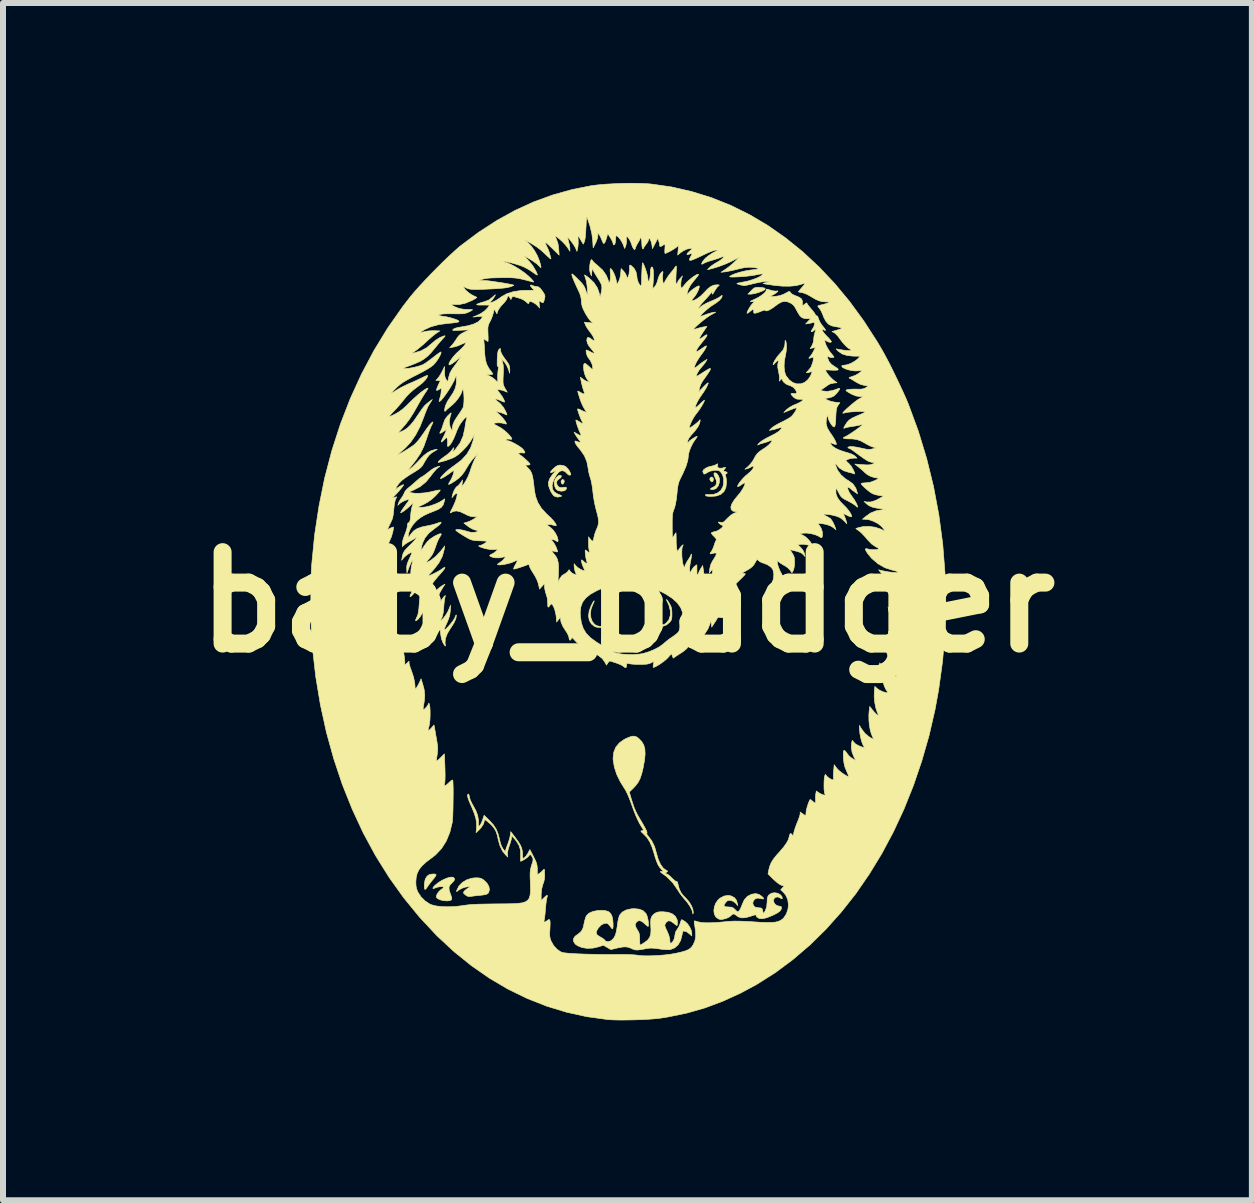
<source format=kicad_pcb>
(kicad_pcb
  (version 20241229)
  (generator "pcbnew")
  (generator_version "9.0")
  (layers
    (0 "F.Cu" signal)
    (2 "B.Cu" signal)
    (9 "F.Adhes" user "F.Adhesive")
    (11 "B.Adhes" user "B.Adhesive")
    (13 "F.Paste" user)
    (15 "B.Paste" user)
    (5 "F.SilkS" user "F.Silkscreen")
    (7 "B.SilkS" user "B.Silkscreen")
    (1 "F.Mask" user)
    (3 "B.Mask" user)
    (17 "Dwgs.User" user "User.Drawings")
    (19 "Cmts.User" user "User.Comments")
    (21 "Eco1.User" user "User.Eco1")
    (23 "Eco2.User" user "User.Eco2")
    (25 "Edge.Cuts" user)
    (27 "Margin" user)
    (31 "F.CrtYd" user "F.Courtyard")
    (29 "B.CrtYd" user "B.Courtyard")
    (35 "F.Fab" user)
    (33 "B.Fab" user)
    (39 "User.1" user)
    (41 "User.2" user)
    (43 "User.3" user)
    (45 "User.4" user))
  (footprint "baby_badger"
    (layer "F.Cu")
    (at 7.41 6.989)
    (property "Reference" "baby_badger" (at 0 0 0) (layer "F.SilkS") (effects (font (size 1.524 1.524) (thickness 0.3))))
    (attr through_hole)
    (fp_poly (pts (xy 1.408 -2.086) (xy 1.428 -2.069) (xy 1.432 -2.047) (xy 1.425 -2.016) (xy 1.406 -2.008) (xy 1.383 -2.024) (xy 1.372 -2.052) (xy 1.38 -2.076) (xy 1.401 -2.086) (xy 1.408 -2.086)) (stroke (width 0.01) (type solid)) (fill yes) (layer "F.SilkS"))
    (fp_poly (pts (xy -1.059 -2.035) (xy -1.053 -2.01) (xy -1.064 -1.983) (xy -1.08 -1.967) (xy -1.094 -1.975) (xy -1.098 -1.98) (xy -1.108 -2.007) (xy -1.101 -2.033) (xy -1.082 -2.046) (xy -1.079 -2.046) (xy -1.059 -2.035)) (stroke (width 0.01) (type solid)) (fill yes) (layer "F.SilkS"))
    (fp_poly (pts (xy 2.246 -5.246) (xy 2.283 -5.237) (xy 2.298 -5.224) (xy 2.288 -5.208) (xy 2.286 -5.207) (xy 2.243 -5.185) (xy 2.184 -5.163) (xy 2.124 -5.146) (xy 2.073 -5.137) (xy 2.062 -5.136) (xy 2.008 -5.136) (xy 2.062 -5.193) (xy 2.096 -5.226) (xy 2.124 -5.243) (xy 2.159 -5.249) (xy 2.19 -5.249) (xy 2.246 -5.246)) (stroke (width 0.01) (type solid)) (fill yes) (layer "F.SilkS"))
    (fp_poly (pts (xy -3.2 4.534) (xy -3.189 4.545) (xy -3.198 4.563) (xy -3.22 4.595) (xy -3.251 4.633) (xy -3.288 4.679) (xy -3.321 4.723) (xy -3.34 4.752) (xy -3.36 4.779) (xy -3.375 4.789) (xy -3.377 4.788) (xy -3.385 4.765) (xy -3.387 4.725) (xy -3.383 4.676) (xy -3.374 4.63) (xy -3.366 4.607) (xy -3.34 4.567) (xy -3.309 4.544) (xy -3.269 4.533) (xy -3.229 4.53) (xy -3.2 4.534)) (stroke (width 0.01) (type solid)) (fill yes) (layer "F.SilkS"))
    (fp_poly (pts (xy 1.488 -2.146) (xy 1.513 -2.113) (xy 1.531 -2.066) (xy 1.534 -2.05) (xy 1.531 -1.992) (xy 1.512 -1.938) (xy 1.48 -1.899) (xy 1.468 -1.891) (xy 1.437 -1.88) (xy 1.406 -1.877) (xy 1.386 -1.882) (xy 1.383 -1.888) (xy 1.395 -1.9) (xy 1.423 -1.914) (xy 1.425 -1.915) (xy 1.468 -1.943) (xy 1.486 -1.984) (xy 1.48 -2.036) (xy 1.468 -2.063) (xy 1.445 -2.115) (xy 1.441 -2.147) (xy 1.456 -2.159) (xy 1.458 -2.159) (xy 1.488 -2.146)) (stroke (width 0.01) (type solid)) (fill yes) (layer "F.SilkS"))
    (fp_poly (pts (xy -1.105 -2.109) (xy -1.103 -2.091) (xy -1.12 -2.069) (xy -1.139 -2.057) (xy -1.173 -2.028) (xy -1.183 -1.99) (xy -1.17 -1.949) (xy -1.158 -1.934) (xy -1.132 -1.915) (xy -1.1 -1.911) (xy -1.072 -1.914) (xy -1.036 -1.918) (xy -1.019 -1.912) (xy -1.016 -1.9) (xy -1.028 -1.873) (xy -1.06 -1.856) (xy -1.103 -1.851) (xy -1.15 -1.859) (xy -1.168 -1.866) (xy -1.195 -1.892) (xy -1.214 -1.936) (xy -1.222 -1.986) (xy -1.218 -2.017) (xy -1.2 -2.059) (xy -1.171 -2.094) (xy -1.139 -2.115) (xy -1.126 -2.117) (xy -1.105 -2.109)) (stroke (width 0.01) (type solid)) (fill yes) (layer "F.SilkS"))
    (fp_poly (pts (xy -2.478 4.596) (xy -2.441 4.604) (xy -2.407 4.623) (xy -2.394 4.633) (xy -2.342 4.684) (xy -2.31 4.739) (xy -2.301 4.793) (xy -2.316 4.842) (xy -2.32 4.848) (xy -2.338 4.863) (xy -2.369 4.874) (xy -2.419 4.882) (xy -2.451 4.885) (xy -2.512 4.891) (xy -2.568 4.898) (xy -2.609 4.904) (xy -2.612 4.904) (xy -2.652 4.906) (xy -2.685 4.892) (xy -2.703 4.878) (xy -2.729 4.854) (xy -2.734 4.837) (xy -2.723 4.819) (xy -2.723 4.818) (xy -2.696 4.793) (xy -2.661 4.768) (xy -2.66 4.767) (xy -2.633 4.75) (xy -2.629 4.743) (xy -2.646 4.742) (xy -2.653 4.742) (xy -2.705 4.75) (xy -2.762 4.77) (xy -2.812 4.797) (xy -2.825 4.807) (xy -2.846 4.824) (xy -2.85 4.82) (xy -2.844 4.798) (xy -2.809 4.73) (xy -2.753 4.672) (xy -2.68 4.628) (xy -2.597 4.601) (xy -2.532 4.594) (xy -2.478 4.596)) (stroke (width 0.01) (type solid)) (fill yes) (layer "F.SilkS"))
    (fp_poly (pts (xy -2.906 4.586) (xy -2.883 4.606) (xy -2.884 4.63) (xy -2.908 4.662) (xy -2.928 4.681) (xy -2.96 4.716) (xy -2.975 4.751) (xy -2.973 4.795) (xy -2.955 4.854) (xy -2.949 4.869) (xy -2.933 4.916) (xy -2.929 4.945) (xy -2.936 4.962) (xy -2.964 4.975) (xy -3.01 4.979) (xy -3.07 4.974) (xy -3.102 4.967) (xy -3.142 4.953) (xy -3.172 4.934) (xy -3.172 4.934) (xy -3.186 4.916) (xy -3.186 4.897) (xy -3.172 4.864) (xy -3.172 4.863) (xy -3.144 4.823) (xy -3.108 4.79) (xy -3.105 4.789) (xy -3.077 4.769) (xy -3.062 4.754) (xy -3.062 4.752) (xy -3.074 4.744) (xy -3.104 4.741) (xy -3.144 4.745) (xy -3.183 4.754) (xy -3.204 4.763) (xy -3.234 4.774) (xy -3.245 4.768) (xy -3.235 4.748) (xy -3.207 4.718) (xy -3.152 4.674) (xy -3.091 4.636) (xy -3.028 4.606) (xy -2.972 4.587) (xy -2.926 4.582) (xy -2.906 4.586)) (stroke (width 0.01) (type solid)) (fill yes) (layer "F.SilkS"))
    (fp_poly (pts (xy -0.555 -0.024) (xy -0.557 -0.009) (xy -0.57 0.022) (xy -0.578 0.039) (xy -0.607 0.114) (xy -0.617 0.191) (xy -0.609 0.263) (xy -0.585 0.325) (xy -0.546 0.371) (xy -0.516 0.389) (xy -0.475 0.401) (xy -0.432 0.401) (xy -0.399 0.394) (xy -0.326 0.387) (xy -0.26 0.396) (xy -0.206 0.42) (xy -0.17 0.457) (xy -0.155 0.504) (xy -0.155 0.508) (xy -0.164 0.542) (xy -0.184 0.571) (xy -0.21 0.589) (xy -0.234 0.591) (xy -0.246 0.58) (xy -0.243 0.562) (xy -0.233 0.55) (xy -0.214 0.518) (xy -0.218 0.479) (xy -0.244 0.441) (xy -0.245 0.439) (xy -0.265 0.423) (xy -0.285 0.414) (xy -0.315 0.412) (xy -0.362 0.414) (xy -0.391 0.417) (xy -0.454 0.421) (xy -0.497 0.419) (xy -0.53 0.411) (xy -0.549 0.403) (xy -0.603 0.36) (xy -0.637 0.301) (xy -0.649 0.23) (xy -0.639 0.148) (xy -0.607 0.061) (xy -0.605 0.058) (xy -0.583 0.015) (xy -0.565 -0.014) (xy -0.555 -0.024) (xy -0.555 -0.024)) (stroke (width 0.01) (type solid)) (fill yes) (layer "F.SilkS"))
    (fp_poly (pts (xy 0.658 -0.04) (xy 0.678 -0.014) (xy 0.702 0.025) (xy 0.724 0.068) (xy 0.736 0.108) (xy 0.74 0.158) (xy 0.741 0.193) (xy 0.74 0.248) (xy 0.735 0.283) (xy 0.724 0.309) (xy 0.703 0.334) (xy 0.7 0.337) (xy 0.651 0.378) (xy 0.596 0.399) (xy 0.529 0.402) (xy 0.478 0.396) (xy 0.425 0.389) (xy 0.39 0.389) (xy 0.365 0.398) (xy 0.357 0.403) (xy 0.326 0.436) (xy 0.314 0.476) (xy 0.324 0.513) (xy 0.33 0.52) (xy 0.35 0.547) (xy 0.346 0.561) (xy 0.317 0.564) (xy 0.317 0.564) (xy 0.282 0.553) (xy 0.266 0.53) (xy 0.257 0.48) (xy 0.274 0.432) (xy 0.314 0.394) (xy 0.34 0.38) (xy 0.368 0.372) (xy 0.405 0.37) (xy 0.46 0.372) (xy 0.481 0.374) (xy 0.541 0.378) (xy 0.579 0.378) (xy 0.606 0.373) (xy 0.627 0.361) (xy 0.647 0.346) (xy 0.691 0.291) (xy 0.713 0.222) (xy 0.714 0.142) (xy 0.693 0.056) (xy 0.672 0.009) (xy 0.654 -0.03) (xy 0.65 -0.046) (xy 0.658 -0.04)) (stroke (width 0.01) (type solid)) (fill yes) (layer "F.SilkS"))
    (fp_poly (pts (xy -1.058 -2.275) (xy -1.025 -2.257) (xy -0.993 -2.224) (xy -0.965 -2.183) (xy -0.948 -2.145) (xy -0.945 -2.131) (xy -0.955 -2.118) (xy -0.976 -2.12) (xy -0.999 -2.136) (xy -1.005 -2.143) (xy -1.044 -2.181) (xy -1.089 -2.193) (xy -1.124 -2.184) (xy -1.157 -2.157) (xy -1.191 -2.111) (xy -1.222 -2.054) (xy -1.245 -1.996) (xy -1.256 -1.946) (xy -1.256 -1.94) (xy -1.248 -1.882) (xy -1.22 -1.839) (xy -1.17 -1.807) (xy -1.148 -1.798) (xy -1.111 -1.782) (xy -1.098 -1.772) (xy -1.105 -1.764) (xy -1.109 -1.762) (xy -1.168 -1.752) (xy -1.219 -1.768) (xy -1.224 -1.771) (xy -1.251 -1.801) (xy -1.28 -1.85) (xy -1.304 -1.909) (xy -1.317 -1.951) (xy -1.317 -2.002) (xy -1.295 -2.062) (xy -1.253 -2.124) (xy -1.231 -2.149) (xy -1.201 -2.18) (xy -1.191 -2.193) (xy -1.198 -2.193) (xy -1.221 -2.181) (xy -1.263 -2.162) (xy -1.283 -2.161) (xy -1.281 -2.176) (xy -1.256 -2.206) (xy -1.239 -2.223) (xy -1.198 -2.259) (xy -1.166 -2.278) (xy -1.134 -2.285) (xy -1.118 -2.286) (xy -1.058 -2.275)) (stroke (width 0.01) (type solid)) (fill yes) (layer "F.SilkS"))
    (fp_poly (pts (xy 1.506 -2.301) (xy 1.502 -2.28) (xy 1.5 -2.253) (xy 1.517 -2.24) (xy 1.531 -2.235) (xy 1.572 -2.234) (xy 1.603 -2.242) (xy 1.63 -2.25) (xy 1.635 -2.242) (xy 1.617 -2.217) (xy 1.614 -2.214) (xy 1.6 -2.195) (xy 1.608 -2.185) (xy 1.628 -2.179) (xy 1.658 -2.167) (xy 1.663 -2.152) (xy 1.643 -2.14) (xy 1.629 -2.127) (xy 1.636 -2.104) (xy 1.644 -2.075) (xy 1.65 -2.029) (xy 1.651 -1.993) (xy 1.64 -1.909) (xy 1.608 -1.844) (xy 1.555 -1.798) (xy 1.482 -1.771) (xy 1.403 -1.764) (xy 1.356 -1.765) (xy 1.321 -1.769) (xy 1.308 -1.773) (xy 1.299 -1.79) (xy 1.316 -1.796) (xy 1.348 -1.795) (xy 1.43 -1.796) (xy 1.5 -1.82) (xy 1.555 -1.863) (xy 1.59 -1.924) (xy 1.6 -1.964) (xy 1.604 -2.053) (xy 1.585 -2.124) (xy 1.557 -2.167) (xy 1.533 -2.189) (xy 1.508 -2.199) (xy 1.471 -2.2) (xy 1.448 -2.199) (xy 1.375 -2.184) (xy 1.327 -2.16) (xy 1.296 -2.14) (xy 1.278 -2.137) (xy 1.269 -2.146) (xy 1.257 -2.174) (xy 1.256 -2.183) (xy 1.268 -2.207) (xy 1.3 -2.232) (xy 1.344 -2.254) (xy 1.387 -2.265) (xy 1.433 -2.276) (xy 1.472 -2.291) (xy 1.479 -2.295) (xy 1.501 -2.308) (xy 1.506 -2.301)) (stroke (width 0.01) (type solid)) (fill yes) (layer "F.SilkS"))
    (fp_poly (pts (xy 2.502 4.851) (xy 2.545 4.873) (xy 2.574 4.906) (xy 2.582 4.939) (xy 2.573 4.944) (xy 2.551 4.933) (xy 2.506 4.912) (xy 2.466 4.92) (xy 2.449 4.933) (xy 2.434 4.965) (xy 2.44 5.002) (xy 2.462 5.036) (xy 2.496 5.059) (xy 2.528 5.066) (xy 2.56 5.072) (xy 2.568 5.088) (xy 2.562 5.12) (xy 2.54 5.15) (xy 2.499 5.18) (xy 2.435 5.213) (xy 2.416 5.222) (xy 2.324 5.259) (xy 2.252 5.276) (xy 2.196 5.272) (xy 2.158 5.248) (xy 2.137 5.21) (xy 2.124 5.213) (xy 2.092 5.222) (xy 2.053 5.235) (xy 1.97 5.258) (xy 1.905 5.262) (xy 1.852 5.247) (xy 1.823 5.228) (xy 1.788 5.202) (xy 1.764 5.196) (xy 1.741 5.209) (xy 1.723 5.227) (xy 1.689 5.252) (xy 1.643 5.272) (xy 1.629 5.276) (xy 1.586 5.286) (xy 1.559 5.29) (xy 1.538 5.286) (xy 1.515 5.278) (xy 1.473 5.247) (xy 1.448 5.2) (xy 1.44 5.143) (xy 1.448 5.08) (xy 1.471 5.018) (xy 1.51 4.963) (xy 1.542 4.934) (xy 1.61 4.898) (xy 1.68 4.887) (xy 1.727 4.896) (xy 1.783 4.925) (xy 1.817 4.969) (xy 1.829 5.01) (xy 1.838 5.059) (xy 1.808 5.021) (xy 1.766 4.987) (xy 1.725 4.973) (xy 1.688 4.969) (xy 1.662 4.98) (xy 1.641 5.001) (xy 1.614 5.039) (xy 1.61 5.063) (xy 1.632 5.076) (xy 1.679 5.08) (xy 1.681 5.08) (xy 1.727 5.083) (xy 1.759 5.093) (xy 1.788 5.118) (xy 1.794 5.124) (xy 1.821 5.151) (xy 1.838 5.159) (xy 1.854 5.151) (xy 1.86 5.146) (xy 1.878 5.12) (xy 1.898 5.078) (xy 1.911 5.042) (xy 1.947 4.962) (xy 1.997 4.905) (xy 2.064 4.87) (xy 2.071 4.868) (xy 2.137 4.857) (xy 2.194 4.872) (xy 2.239 4.903) (xy 2.266 4.93) (xy 2.268 4.945) (xy 2.245 4.946) (xy 2.219 4.938) (xy 2.168 4.932) (xy 2.125 4.948) (xy 2.097 4.982) (xy 2.089 5.019) (xy 2.101 5.059) (xy 2.135 5.085) (xy 2.188 5.094) (xy 2.225 5.097) (xy 2.243 5.108) (xy 2.252 5.133) (xy 2.259 5.166) (xy 2.264 5.186) (xy 2.271 5.183) (xy 2.287 5.16) (xy 2.298 5.141) (xy 2.321 5.075) (xy 2.328 4.997) (xy 2.328 4.995) (xy 2.33 4.943) (xy 2.338 4.91) (xy 2.354 4.884) (xy 2.363 4.875) (xy 2.404 4.85) (xy 2.453 4.843) (xy 2.502 4.851)) (stroke (width 0.01) (type solid)) (fill yes) (layer "F.SilkS"))
    (fp_poly (pts (xy 0.145 2.242) (xy 0.186 2.27) (xy 0.192 2.275) (xy 0.239 2.325) (xy 0.272 2.382) (xy 0.29 2.449) (xy 0.294 2.531) (xy 0.285 2.629) (xy 0.263 2.75) (xy 0.261 2.762) (xy 0.237 2.859) (xy 0.212 2.935) (xy 0.182 2.996) (xy 0.143 3.05) (xy 0.094 3.103) (xy 0.031 3.164) (xy 0.051 3.237) (xy 0.082 3.337) (xy 0.109 3.418) (xy 0.138 3.486) (xy 0.17 3.549) (xy 0.2 3.601) (xy 0.256 3.696) (xy 0.296 3.768) (xy 0.32 3.819) (xy 0.327 3.846) (xy 0.322 3.852) (xy 0.318 3.861) (xy 0.333 3.882) (xy 0.334 3.884) (xy 0.403 3.975) (xy 0.452 4.075) (xy 0.48 4.172) (xy 0.512 4.284) (xy 0.551 4.371) (xy 0.596 4.432) (xy 0.634 4.461) (xy 0.663 4.478) (xy 0.668 4.489) (xy 0.659 4.495) (xy 0.638 4.51) (xy 0.638 4.524) (xy 0.655 4.53) (xy 0.675 4.539) (xy 0.706 4.564) (xy 0.743 4.6) (xy 0.743 4.6) (xy 0.781 4.635) (xy 0.808 4.654) (xy 0.82 4.654) (xy 0.828 4.658) (xy 0.838 4.683) (xy 0.845 4.712) (xy 0.864 4.782) (xy 0.891 4.838) (xy 0.93 4.89) (xy 0.972 4.932) (xy 1.022 4.988) (xy 1.062 5.051) (xy 1.089 5.113) (xy 1.097 5.166) (xy 1.097 5.176) (xy 1.092 5.197) (xy 1.089 5.19) (xy 1.088 5.186) (xy 1.074 5.132) (xy 1.042 5.069) (xy 0.996 5.003) (xy 0.962 4.963) (xy 0.917 4.91) (xy 0.87 4.847) (xy 0.839 4.798) (xy 0.753 4.675) (xy 0.654 4.575) (xy 0.6 4.535) (xy 0.563 4.509) (xy 0.547 4.494) (xy 0.551 4.488) (xy 0.564 4.487) (xy 0.598 4.487) (xy 0.562 4.449) (xy 0.532 4.413) (xy 0.507 4.372) (xy 0.485 4.319) (xy 0.461 4.249) (xy 0.444 4.19) (xy 0.409 4.08) (xy 0.371 3.994) (xy 0.327 3.925) (xy 0.273 3.868) (xy 0.27 3.865) (xy 0.237 3.834) (xy 0.224 3.818) (xy 0.228 3.811) (xy 0.238 3.81) (xy 0.261 3.807) (xy 0.266 3.796) (xy 0.252 3.77) (xy 0.242 3.756) (xy 0.199 3.685) (xy 0.153 3.589) (xy 0.105 3.472) (xy 0.065 3.361) (xy 0.033 3.274) (xy 0.000147 3.197) (xy -0.03 3.136) (xy -0.047 3.11) (xy -0.121 2.99) (xy -0.18 2.868) (xy -0.219 2.747) (xy -0.238 2.634) (xy -0.24 2.597) (xy -0.228 2.499) (xy -0.194 2.416) (xy -0.136 2.346) (xy -0.054 2.287) (xy -0.004 2.263) (xy 0.058 2.239) (xy 0.105 2.232) (xy 0.145 2.242)) (stroke (width 0.01) (type solid)) (fill yes) (layer "F.SilkS"))
    (fp_poly (pts (xy 0.197 5.117) (xy 0.26 5.142) (xy 0.305 5.186) (xy 0.317 5.205) (xy 0.329 5.239) (xy 0.34 5.283) (xy 0.348 5.33) (xy 0.351 5.371) (xy 0.349 5.398) (xy 0.343 5.405) (xy 0.327 5.395) (xy 0.299 5.371) (xy 0.282 5.355) (xy 0.235 5.318) (xy 0.193 5.307) (xy 0.157 5.325) (xy 0.15 5.332) (xy 0.131 5.362) (xy 0.131 5.395) (xy 0.15 5.438) (xy 0.166 5.464) (xy 0.188 5.501) (xy 0.199 5.537) (xy 0.203 5.583) (xy 0.204 5.619) (xy 0.204 5.667) (xy 0.207 5.701) (xy 0.212 5.715) (xy 0.212 5.715) (xy 0.228 5.708) (xy 0.259 5.689) (xy 0.285 5.672) (xy 0.336 5.633) (xy 0.369 5.589) (xy 0.387 5.536) (xy 0.392 5.466) (xy 0.389 5.407) (xy 0.386 5.332) (xy 0.39 5.279) (xy 0.404 5.24) (xy 0.43 5.208) (xy 0.455 5.188) (xy 0.485 5.171) (xy 0.524 5.162) (xy 0.579 5.16) (xy 0.59 5.16) (xy 0.679 5.169) (xy 0.75 5.196) (xy 0.8 5.238) (xy 0.828 5.294) (xy 0.833 5.336) (xy 0.831 5.371) (xy 0.826 5.389) (xy 0.824 5.39) (xy 0.809 5.382) (xy 0.781 5.36) (xy 0.766 5.347) (xy 0.719 5.316) (xy 0.68 5.311) (xy 0.647 5.334) (xy 0.636 5.351) (xy 0.625 5.373) (xy 0.623 5.393) (xy 0.631 5.42) (xy 0.65 5.461) (xy 0.66 5.482) (xy 0.689 5.551) (xy 0.704 5.61) (xy 0.706 5.631) (xy 0.708 5.666) (xy 0.716 5.685) (xy 0.719 5.687) (xy 0.742 5.674) (xy 0.765 5.643) (xy 0.783 5.601) (xy 0.79 5.558) (xy 0.79 5.556) (xy 0.801 5.497) (xy 0.826 5.458) (xy 0.853 5.416) (xy 0.875 5.365) (xy 0.878 5.353) (xy 0.89 5.317) (xy 0.9 5.294) (xy 0.904 5.292) (xy 0.92 5.299) (xy 0.95 5.317) (xy 0.961 5.324) (xy 1.003 5.363) (xy 1.039 5.417) (xy 1.065 5.476) (xy 1.072 5.522) (xy 1.072 5.562) (xy 1.029 5.526) (xy 0.999 5.503) (xy 0.977 5.49) (xy 0.974 5.489) (xy 0.951 5.485) (xy 0.941 5.481) (xy 0.927 5.484) (xy 0.917 5.506) (xy 0.911 5.541) (xy 0.887 5.636) (xy 0.845 5.71) (xy 0.787 5.762) (xy 0.713 5.791) (xy 0.712 5.792) (xy 0.68 5.793) (xy 0.628 5.791) (xy 0.566 5.785) (xy 0.529 5.779) (xy 0.459 5.77) (xy 0.407 5.766) (xy 0.364 5.767) (xy 0.318 5.773) (xy 0.289 5.779) (xy 0.219 5.792) (xy 0.167 5.798) (xy 0.127 5.795) (xy 0.091 5.784) (xy 0.064 5.771) (xy 0.02 5.753) (xy -0.025 5.745) (xy -0.077 5.747) (xy -0.145 5.759) (xy -0.177 5.766) (xy -0.277 5.79) (xy -0.402 5.718) (xy -0.48 5.744) (xy -0.576 5.766) (xy -0.672 5.77) (xy -0.76 5.756) (xy -0.834 5.725) (xy -0.871 5.698) (xy -0.898 5.657) (xy -0.901 5.613) (xy -0.879 5.575) (xy -0.867 5.564) (xy -0.811 5.523) (xy -0.774 5.49) (xy -0.751 5.455) (xy -0.735 5.411) (xy -0.725 5.362) (xy -0.712 5.306) (xy -0.698 5.257) (xy -0.684 5.225) (xy -0.683 5.224) (xy -0.641 5.184) (xy -0.577 5.155) (xy -0.495 5.139) (xy -0.444 5.137) (xy -0.372 5.141) (xy -0.321 5.155) (xy -0.286 5.183) (xy -0.26 5.228) (xy -0.26 5.23) (xy -0.251 5.262) (xy -0.244 5.307) (xy -0.24 5.356) (xy -0.24 5.4) (xy -0.243 5.433) (xy -0.25 5.446) (xy -0.25 5.446) (xy -0.264 5.435) (xy -0.285 5.408) (xy -0.289 5.401) (xy -0.315 5.37) (xy -0.34 5.352) (xy -0.343 5.351) (xy -0.389 5.355) (xy -0.438 5.381) (xy -0.481 5.425) (xy -0.486 5.431) (xy -0.515 5.481) (xy -0.521 5.518) (xy -0.503 5.548) (xy -0.459 5.577) (xy -0.453 5.58) (xy -0.413 5.603) (xy -0.385 5.626) (xy -0.376 5.637) (xy -0.356 5.654) (xy -0.322 5.658) (xy -0.284 5.648) (xy -0.257 5.63) (xy -0.224 5.593) (xy -0.201 5.546) (xy -0.184 5.485) (xy -0.171 5.403) (xy -0.169 5.389) (xy -0.16 5.324) (xy -0.147 5.266) (xy -0.134 5.224) (xy -0.13 5.215) (xy -0.087 5.166) (xy -0.023 5.131) (xy 0.057 5.112) (xy 0.112 5.108) (xy 0.197 5.117)) (stroke (width 0.01) (type solid)) (fill yes) (layer "F.SilkS"))
    (fp_poly (pts (xy -3.13 -2.263) (xy -3.154 -2.245) (xy -3.158 -2.243) (xy -3.187 -2.217) (xy -3.225 -2.175) (xy -3.264 -2.125) (xy -3.276 -2.108) (xy -3.36 -2.005) (xy -3.456 -1.927) (xy -3.567 -1.869) (xy -3.567 -1.869) (xy -3.61 -1.851) (xy -3.63 -1.84) (xy -3.629 -1.833) (xy -3.611 -1.827) (xy -3.605 -1.825) (xy -3.545 -1.816) (xy -3.467 -1.816) (xy -3.379 -1.823) (xy -3.29 -1.838) (xy -3.247 -1.848) (xy -3.193 -1.861) (xy -3.15 -1.869) (xy -3.125 -1.871) (xy -3.121 -1.87) (xy -3.127 -1.857) (xy -3.149 -1.83) (xy -3.183 -1.792) (xy -3.202 -1.772) (xy -3.262 -1.717) (xy -3.324 -1.672) (xy -3.398 -1.631) (xy -3.471 -1.597) (xy -3.489 -1.589) (xy -3.486 -1.584) (xy -3.461 -1.582) (xy -3.432 -1.581) (xy -3.365 -1.588) (xy -3.286 -1.607) (xy -3.204 -1.636) (xy -3.13 -1.67) (xy -3.1 -1.688) (xy -3.045 -1.724) (xy -3.055 -1.677) (xy -3.072 -1.623) (xy -3.104 -1.581) (xy -3.154 -1.548) (xy -3.213 -1.523) (xy -3.311 -1.484) (xy -3.389 -1.448) (xy -3.452 -1.41) (xy -3.506 -1.367) (xy -3.519 -1.355) (xy -3.572 -1.297) (xy -3.615 -1.231) (xy -3.644 -1.165) (xy -3.655 -1.108) (xy -3.654 -1.086) (xy -3.649 -1.081) (xy -3.637 -1.096) (xy -3.614 -1.131) (xy -3.568 -1.186) (xy -3.507 -1.226) (xy -3.426 -1.255) (xy -3.354 -1.27) (xy -3.291 -1.282) (xy -3.226 -1.299) (xy -3.185 -1.312) (xy -3.145 -1.326) (xy -3.116 -1.334) (xy -3.107 -1.334) (xy -3.109 -1.318) (xy -3.135 -1.29) (xy -3.182 -1.253) (xy -3.218 -1.227) (xy -3.31 -1.153) (xy -3.375 -1.073) (xy -3.418 -0.981) (xy -3.436 -0.91) (xy -3.446 -0.854) (xy -3.389 -0.938) (xy -3.341 -1.004) (xy -3.291 -1.052) (xy -3.229 -1.093) (xy -3.193 -1.113) (xy -3.141 -1.137) (xy -3.111 -1.143) (xy -3.103 -1.133) (xy -3.117 -1.106) (xy -3.123 -1.097) (xy -3.145 -1.06) (xy -3.169 -1.007) (xy -3.189 -0.953) (xy -3.215 -0.878) (xy -3.238 -0.823) (xy -3.263 -0.779) (xy -3.295 -0.738) (xy -3.311 -0.719) (xy -3.341 -0.684) (xy -3.348 -0.667) (xy -3.334 -0.668) (xy -3.299 -0.687) (xy -3.273 -0.703) (xy -3.194 -0.766) (xy -3.111 -0.855) (xy -3.079 -0.896) (xy -3.047 -0.938) (xy -3.056 -0.876) (xy -3.086 -0.766) (xy -3.144 -0.655) (xy -3.23 -0.544) (xy -3.266 -0.504) (xy -3.298 -0.471) (xy -3.319 -0.447) (xy -3.324 -0.437) (xy -3.324 -0.437) (xy -3.303 -0.444) (xy -3.265 -0.46) (xy -3.218 -0.482) (xy -3.171 -0.506) (xy -3.132 -0.528) (xy -3.112 -0.541) (xy -3.069 -0.571) (xy -3.045 -0.582) (xy -3.041 -0.575) (xy -3.056 -0.55) (xy -3.089 -0.508) (xy -3.141 -0.449) (xy -3.154 -0.436) (xy -3.238 -0.332) (xy -3.294 -0.23) (xy -3.322 -0.129) (xy -3.324 -0.112) (xy -3.328 -0.069) (xy -3.328 -0.05) (xy -3.321 -0.051) (xy -3.308 -0.07) (xy -3.307 -0.071) (xy -3.274 -0.112) (xy -3.227 -0.16) (xy -3.175 -0.209) (xy -3.125 -0.25) (xy -3.09 -0.275) (xy -3.041 -0.302) (xy -3.069 -0.26) (xy -3.127 -0.162) (xy -3.162 -0.074) (xy -3.175 0.002) (xy -3.175 0.004) (xy -3.175 0.074) (xy -3.118 -0.012) (xy -3.083 -0.061) (xy -3.057 -0.095) (xy -3.04 -0.111) (xy -3.035 -0.108) (xy -3.04 -0.091) (xy -3.046 -0.065) (xy -3.053 -0.02) (xy -3.059 0.039) (xy -3.062 0.08) (xy -3.07 0.166) (xy -3.082 0.226) (xy -3.096 0.262) (xy -3.114 0.293) (xy -3.114 0.304) (xy -3.099 0.296) (xy -3.072 0.269) (xy -3.058 0.254) (xy -3.023 0.205) (xy -2.99 0.148) (xy -2.979 0.123) (xy -2.949 0.049) (xy -2.954 0.144) (xy -2.962 0.211) (xy -2.981 0.275) (xy -3.011 0.348) (xy -3.034 0.397) (xy -3.05 0.436) (xy -3.057 0.459) (xy -3.057 0.462) (xy -3.043 0.458) (xy -3.017 0.436) (xy -2.984 0.402) (xy -2.948 0.361) (xy -2.915 0.319) (xy -2.889 0.28) (xy -2.874 0.252) (xy -2.861 0.218) (xy -2.854 0.212) (xy -2.852 0.223) (xy -2.861 0.275) (xy -2.891 0.343) (xy -2.944 0.426) (xy -2.955 0.442) (xy -3.005 0.526) (xy -3.035 0.606) (xy -3.041 0.677) (xy -3.038 0.694) (xy -3.034 0.725) (xy -3.039 0.731) (xy -3.054 0.711) (xy -3.075 0.676) (xy -3.101 0.609) (xy -3.115 0.527) (xy -3.12 0.478) (xy -3.124 0.453) (xy -3.131 0.447) (xy -3.144 0.456) (xy -3.15 0.462) (xy -3.172 0.494) (xy -3.193 0.536) (xy -3.196 0.545) (xy -3.215 0.6) (xy -3.225 0.547) (xy -3.227 0.507) (xy -3.225 0.451) (xy -3.218 0.389) (xy -3.209 0.326) (xy -3.197 0.27) (xy -3.185 0.23) (xy -3.174 0.212) (xy -3.166 0.194) (xy -3.157 0.161) (xy -3.156 0.159) (xy -3.154 0.125) (xy -3.163 0.113) (xy -3.166 0.113) (xy -3.197 0.126) (xy -3.229 0.161) (xy -3.256 0.213) (xy -3.267 0.246) (xy -3.286 0.296) (xy -3.31 0.341) (xy -3.323 0.358) (xy -3.352 0.385) (xy -3.374 0.395) (xy -3.383 0.388) (xy -3.379 0.37) (xy -3.37 0.344) (xy -3.356 0.301) (xy -3.345 0.261) (xy -3.332 0.214) (xy -3.32 0.177) (xy -3.313 0.161) (xy -3.309 0.139) (xy -3.313 0.11) (xy -3.323 0.089) (xy -3.329 0.085) (xy -3.347 0.095) (xy -3.374 0.122) (xy -3.403 0.158) (xy -3.428 0.196) (xy -3.435 0.208) (xy -3.459 0.247) (xy -3.489 0.282) (xy -3.516 0.305) (xy -3.531 0.31) (xy -3.532 0.299) (xy -3.522 0.271) (xy -3.512 0.25) (xy -3.496 0.213) (xy -3.485 0.167) (xy -3.477 0.106) (xy -3.471 0.028) (xy -3.466 -0.039) (xy -3.46 -0.098) (xy -3.454 -0.141) (xy -3.449 -0.161) (xy -3.44 -0.181) (xy -3.433 -0.174) (xy -3.428 -0.161) (xy -3.42 -0.146) (xy -3.417 -0.155) (xy -3.416 -0.171) (xy -3.409 -0.205) (xy -3.392 -0.249) (xy -3.38 -0.273) (xy -3.361 -0.311) (xy -3.354 -0.331) (xy -3.36 -0.338) (xy -3.372 -0.339) (xy -3.407 -0.327) (xy -3.448 -0.295) (xy -3.49 -0.25) (xy -3.518 -0.208) (xy -3.545 -0.167) (xy -3.574 -0.132) (xy -3.6 -0.105) (xy -3.619 -0.092) (xy -3.627 -0.098) (xy -3.627 -0.098) (xy -3.62 -0.122) (xy -3.602 -0.156) (xy -3.599 -0.161) (xy -3.575 -0.212) (xy -3.553 -0.279) (xy -3.536 -0.349) (xy -3.529 -0.411) (xy -3.528 -0.423) (xy -3.529 -0.473) (xy -3.552 -0.43) (xy -3.59 -0.368) (xy -3.632 -0.319) (xy -3.653 -0.302) (xy -3.666 -0.295) (xy -3.667 -0.303) (xy -3.654 -0.331) (xy -3.645 -0.349) (xy -3.617 -0.436) (xy -3.612 -0.486) (xy -3.609 -0.544) (xy -3.599 -0.608) (xy -3.592 -0.635) (xy -3.582 -0.677) (xy -3.579 -0.696) (xy -3.585 -0.695) (xy -3.593 -0.685) (xy -3.609 -0.657) (xy -3.629 -0.612) (xy -3.645 -0.572) (xy -3.676 -0.487) (xy -3.68 -0.555) (xy -3.68 -0.599) (xy -3.671 -0.642) (xy -3.65 -0.695) (xy -3.635 -0.728) (xy -3.613 -0.776) (xy -3.598 -0.812) (xy -3.592 -0.831) (xy -3.593 -0.833) (xy -3.62 -0.824) (xy -3.658 -0.802) (xy -3.697 -0.773) (xy -3.728 -0.743) (xy -3.765 -0.699) (xy -3.755 -0.755) (xy -3.745 -0.799) (xy -3.73 -0.834) (xy -3.707 -0.869) (xy -3.669 -0.909) (xy -3.628 -0.949) (xy -3.586 -0.991) (xy -3.551 -1.029) (xy -3.529 -1.057) (xy -3.526 -1.062) (xy -3.516 -1.084) (xy -3.521 -1.083) (xy -3.536 -1.071) (xy -3.565 -1.051) (xy -3.607 -1.026) (xy -3.627 -1.016) (xy -3.671 -0.991) (xy -3.71 -0.965) (xy -3.722 -0.956) (xy -3.754 -0.926) (xy -3.754 -0.979) (xy -3.748 -1.019) (xy -3.733 -1.073) (xy -3.711 -1.128) (xy -3.711 -1.129) (xy -3.69 -1.184) (xy -3.675 -1.237) (xy -3.669 -1.275) (xy -3.669 -1.276) (xy -3.665 -1.311) (xy -3.654 -1.323) (xy -3.652 -1.323) (xy -3.636 -1.332) (xy -3.623 -1.366) (xy -3.616 -1.419) (xy -3.614 -1.455) (xy -3.608 -1.51) (xy -3.597 -1.57) (xy -3.591 -1.589) (xy -3.579 -1.629) (xy -3.572 -1.656) (xy -3.57 -1.663) (xy -3.578 -1.656) (xy -3.598 -1.634) (xy -3.606 -1.625) (xy -3.631 -1.599) (xy -3.666 -1.569) (xy -3.704 -1.538) (xy -3.74 -1.512) (xy -3.768 -1.495) (xy -3.781 -1.491) (xy -3.782 -1.492) (xy -3.772 -1.514) (xy -3.745 -1.557) (xy -3.701 -1.618) (xy -3.687 -1.637) (xy -3.661 -1.673) (xy -3.644 -1.7) (xy -3.641 -1.709) (xy -3.652 -1.713) (xy -3.679 -1.706) (xy -3.716 -1.692) (xy -3.754 -1.674) (xy -3.786 -1.654) (xy -3.794 -1.647) (xy -3.828 -1.616) (xy -3.817 -1.651) (xy -3.802 -1.685) (xy -3.777 -1.725) (xy -3.769 -1.736) (xy -3.742 -1.776) (xy -3.723 -1.814) (xy -3.721 -1.823) (xy -3.704 -1.853) (xy -3.673 -1.888) (xy -3.651 -1.907) (xy -3.608 -1.942) (xy -3.557 -1.986) (xy -3.518 -2.021) (xy -3.48 -2.054) (xy -3.449 -2.078) (xy -3.432 -2.088) (xy -3.432 -2.088) (xy -3.415 -2.097) (xy -3.383 -2.119) (xy -3.341 -2.15) (xy -3.328 -2.161) (xy -3.276 -2.201) (xy -3.237 -2.228) (xy -3.202 -2.246) (xy -3.162 -2.26) (xy -3.147 -2.264) (xy -3.128 -2.268) (xy -3.13 -2.263)) (stroke (width 0.01) (type solid)) (fill yes) (layer "F.SilkS"))
    (fp_poly (pts (xy 0.199 -6.982) (xy 0.32 -6.977) (xy 0.389 -6.972) (xy 0.733 -6.923) (xy 1.07 -6.846) (xy 1.4 -6.744) (xy 1.722 -6.615) (xy 2.036 -6.46) (xy 2.34 -6.28) (xy 2.634 -6.074) (xy 2.918 -5.845) (xy 3.191 -5.591) (xy 3.453 -5.314) (xy 3.702 -5.014) (xy 3.938 -4.691) (xy 4.161 -4.346) (xy 4.248 -4.199) (xy 4.297 -4.109) (xy 4.355 -4) (xy 4.417 -3.877) (xy 4.48 -3.747) (xy 4.542 -3.617) (xy 4.6 -3.492) (xy 4.65 -3.38) (xy 4.684 -3.298) (xy 4.848 -2.853) (xy 4.987 -2.396) (xy 5.102 -1.928) (xy 5.191 -1.453) (xy 5.255 -0.972) (xy 5.293 -0.487) (xy 5.306 0.000022) (xy 5.293 0.487) (xy 5.254 0.973) (xy 5.188 1.454) (xy 5.128 1.785) (xy 5.028 2.221) (xy 4.907 2.643) (xy 4.768 3.052) (xy 4.61 3.447) (xy 4.434 3.826) (xy 4.241 4.188) (xy 4.031 4.532) (xy 3.806 4.859) (xy 3.564 5.165) (xy 3.309 5.451) (xy 3.039 5.716) (xy 2.756 5.958) (xy 2.461 6.177) (xy 2.153 6.372) (xy 1.891 6.513) (xy 1.59 6.651) (xy 1.29 6.763) (xy 0.986 6.85) (xy 0.673 6.914) (xy 0.535 6.936) (xy 0.453 6.944) (xy 0.352 6.952) (xy 0.237 6.958) (xy 0.116 6.962) (xy -0.006 6.964) (xy -0.122 6.965) (xy -0.225 6.963) (xy -0.308 6.959) (xy -0.328 6.957) (xy -0.677 6.909) (xy -1.018 6.834) (xy -1.352 6.732) (xy -1.677 6.603) (xy -1.995 6.448) (xy -2.303 6.266) (xy -2.602 6.058) (xy -2.892 5.824) (xy -3.172 5.564) (xy -3.183 5.553) (xy -3.465 5.251) (xy -3.729 4.928) (xy -3.974 4.586) (xy -4.199 4.225) (xy -4.404 3.847) (xy -4.588 3.451) (xy -4.753 3.039) (xy -4.896 2.611) (xy -5.018 2.17) (xy -5.118 1.714) (xy -5.196 1.246) (xy -5.251 0.766) (xy -5.264 0.614) (xy -5.269 0.526) (xy -5.273 0.414) (xy -5.276 0.285) (xy -5.277 0.145) (xy -5.278 -0.001) (xy -5.278 -0.148) (xy -5.276 -0.29) (xy -5.273 -0.421) (xy -5.27 -0.499) (xy -4.098 -0.499) (xy -4.085 -0.498) (xy -4.051 -0.511) (xy -4.041 -0.515) (xy -4.009 -0.527) (xy -3.997 -0.528) (xy -3.999 -0.516) (xy -4.001 -0.511) (xy -4.006 -0.488) (xy -4.011 -0.443) (xy -4.015 -0.384) (xy -4.018 -0.332) (xy -4.023 -0.253) (xy -4.029 -0.198) (xy -4.039 -0.158) (xy -4.051 -0.132) (xy -4.072 -0.096) (xy -4.075 -0.079) (xy -4.061 -0.078) (xy -4.042 -0.085) (xy -4.009 -0.096) (xy -3.997 -0.092) (xy -3.998 -0.068) (xy -4.001 -0.052) (xy -4.003 -0.014) (xy -4.002 0.04) (xy -3.996 0.098) (xy -3.995 0.1) (xy -3.988 0.192) (xy -3.993 0.269) (xy -3.994 0.274) (xy -4.001 0.315) (xy -4.003 0.342) (xy -4.003 0.348) (xy -3.989 0.344) (xy -3.965 0.327) (xy -3.964 0.327) (xy -3.931 0.3) (xy -3.899 0.407) (xy -3.879 0.496) (xy -3.868 0.584) (xy -3.867 0.614) (xy -3.866 0.712) (xy -3.776 0.622) (xy -3.745 0.773) (xy -3.731 0.842) (xy -3.72 0.908) (xy -3.714 0.962) (xy -3.712 0.987) (xy -3.711 1.049) (xy -3.641 0.983) (xy -3.641 1.015) (xy -3.635 1.042) (xy -3.622 1.087) (xy -3.602 1.141) (xy -3.597 1.155) (xy -3.564 1.255) (xy -3.546 1.351) (xy -3.545 1.359) (xy -3.538 1.455) (xy -3.511 1.416) (xy -3.486 1.374) (xy -3.463 1.328) (xy -3.462 1.326) (xy -3.441 1.277) (xy -3.415 1.359) (xy -3.389 1.459) (xy -3.38 1.548) (xy -3.386 1.64) (xy -3.392 1.679) (xy -3.401 1.73) (xy -3.406 1.77) (xy -3.406 1.79) (xy -3.406 1.791) (xy -3.393 1.788) (xy -3.371 1.769) (xy -3.346 1.742) (xy -3.327 1.714) (xy -3.321 1.702) (xy -3.313 1.682) (xy -3.307 1.688) (xy -3.301 1.707) (xy -3.293 1.753) (xy -3.29 1.816) (xy -3.29 1.89) (xy -3.293 1.963) (xy -3.3 2.027) (xy -3.309 2.068) (xy -3.319 2.108) (xy -3.324 2.136) (xy -3.323 2.143) (xy -3.311 2.137) (xy -3.287 2.116) (xy -3.27 2.098) (xy -3.225 2.047) (xy -3.209 2.135) (xy -3.199 2.195) (xy -3.186 2.267) (xy -3.175 2.332) (xy -3.165 2.402) (xy -3.163 2.459) (xy -3.169 2.519) (xy -3.172 2.542) (xy -3.18 2.592) (xy -3.184 2.63) (xy -3.184 2.648) (xy -3.184 2.648) (xy -3.172 2.642) (xy -3.146 2.621) (xy -3.115 2.591) (xy -3.052 2.528) (xy -3.043 2.75) (xy -3.041 2.832) (xy -3.04 2.906) (xy -3.042 2.967) (xy -3.045 3.007) (xy -3.047 3.017) (xy -3.053 3.05) (xy -3.045 3.061) (xy -3.022 3.049) (xy -2.983 3.014) (xy -2.976 3.007) (xy -2.945 2.979) (xy -2.922 2.964) (xy -2.913 2.964) (xy -2.91 2.984) (xy -2.908 3.027) (xy -2.906 3.088) (xy -2.905 3.163) (xy -2.906 3.248) (xy -2.907 3.336) (xy -2.908 3.423) (xy -2.91 3.505) (xy -2.913 3.577) (xy -2.917 3.634) (xy -2.921 3.67) (xy -2.921 3.671) (xy -2.961 3.835) (xy -3.02 3.98) (xy -3.098 4.104) (xy -3.195 4.208) (xy -3.256 4.256) (xy -3.351 4.327) (xy -3.423 4.392) (xy -3.474 4.456) (xy -3.506 4.521) (xy -3.523 4.593) (xy -3.528 4.664) (xy -3.525 4.73) (xy -3.514 4.782) (xy -3.493 4.834) (xy -3.491 4.837) (xy -3.441 4.913) (xy -3.373 4.98) (xy -3.296 5.031) (xy -3.262 5.045) (xy -3.191 5.063) (xy -3.1 5.074) (xy -2.996 5.077) (xy -2.887 5.074) (xy -2.78 5.062) (xy -2.752 5.058) (xy -2.698 5.05) (xy -2.638 5.043) (xy -2.57 5.038) (xy -2.488 5.034) (xy -2.388 5.032) (xy -2.266 5.03) (xy -2.185 5.029) (xy -2.042 5.028) (xy -1.925 5.026) (xy -1.831 5.021) (xy -1.758 5.012) (xy -1.703 4.995) (xy -1.664 4.97) (xy -1.638 4.934) (xy -1.624 4.886) (xy -1.617 4.823) (xy -1.617 4.744) (xy -1.62 4.646) (xy -1.623 4.586) (xy -1.623 4.512) (xy -1.617 4.453) (xy -1.602 4.396) (xy -1.596 4.378) (xy -1.58 4.329) (xy -1.574 4.297) (xy -1.576 4.273) (xy -1.587 4.249) (xy -1.588 4.247) (xy -1.608 4.215) (xy -1.625 4.208) (xy -1.643 4.225) (xy -1.648 4.233) (xy -1.667 4.252) (xy -1.7 4.276) (xy -1.738 4.299) (xy -1.769 4.315) (xy -1.782 4.318) (xy -1.783 4.305) (xy -1.783 4.272) (xy -1.781 4.226) (xy -1.783 4.136) (xy -1.805 4.059) (xy -1.85 3.985) (xy -1.877 3.951) (xy -1.908 3.917) (xy -1.925 3.902) (xy -1.932 3.904) (xy -1.933 3.922) (xy -1.933 3.925) (xy -1.938 3.956) (xy -1.951 4.004) (xy -1.969 4.057) (xy -1.97 4.059) (xy -1.989 4.119) (xy -2 4.172) (xy -2.001 4.201) (xy -1.995 4.247) (xy -2.029 4.215) (xy -2.084 4.147) (xy -2.127 4.057) (xy -2.153 3.963) (xy -2.172 3.879) (xy -2.195 3.814) (xy -2.226 3.762) (xy -2.267 3.714) (xy -2.302 3.682) (xy -2.344 3.647) (xy -2.369 3.629) (xy -2.381 3.627) (xy -2.385 3.638) (xy -2.385 3.64) (xy -2.398 3.692) (xy -2.434 3.75) (xy -2.474 3.794) (xy -2.524 3.842) (xy -2.516 3.765) (xy -2.515 3.69) (xy -2.526 3.611) (xy -2.553 3.522) (xy -2.595 3.418) (xy -2.604 3.398) (xy -2.638 3.321) (xy -2.658 3.265) (xy -2.666 3.227) (xy -2.662 3.205) (xy -2.655 3.197) (xy -2.645 3.205) (xy -2.637 3.232) (xy -2.635 3.245) (xy -2.624 3.287) (xy -2.601 3.339) (xy -2.577 3.384) (xy -2.528 3.473) (xy -2.498 3.552) (xy -2.485 3.628) (xy -2.484 3.667) (xy -2.483 3.711) (xy -2.48 3.731) (xy -2.472 3.732) (xy -2.461 3.723) (xy -2.444 3.697) (xy -2.425 3.655) (xy -2.414 3.626) (xy -2.39 3.552) (xy -2.305 3.635) (xy -2.236 3.71) (xy -2.188 3.784) (xy -2.155 3.867) (xy -2.136 3.941) (xy -2.12 4.008) (xy -2.104 4.057) (xy -2.084 4.097) (xy -2.058 4.133) (xy -2.04 4.153) (xy -2.033 4.151) (xy -2.032 4.143) (xy -2.027 4.118) (xy -2.013 4.077) (xy -1.998 4.039) (xy -1.978 3.982) (xy -1.961 3.922) (xy -1.955 3.891) (xy -1.946 3.824) (xy -1.868 3.926) (xy -1.817 3.997) (xy -1.782 4.054) (xy -1.762 4.105) (xy -1.752 4.156) (xy -1.75 4.202) (xy -1.749 4.245) (xy -1.746 4.266) (xy -1.737 4.269) (xy -1.719 4.259) (xy -1.718 4.258) (xy -1.692 4.233) (xy -1.665 4.194) (xy -1.657 4.18) (xy -1.627 4.123) (xy -1.565 4.243) (xy -1.535 4.304) (xy -1.516 4.35) (xy -1.507 4.391) (xy -1.503 4.435) (xy -1.503 4.453) (xy -1.503 4.542) (xy -1.468 4.52) (xy -1.432 4.492) (xy -1.408 4.468) (xy -1.393 4.452) (xy -1.386 4.452) (xy -1.383 4.473) (xy -1.382 4.508) (xy -1.381 4.568) (xy -1.384 4.612) (xy -1.392 4.651) (xy -1.408 4.699) (xy -1.412 4.71) (xy -1.432 4.787) (xy -1.439 4.873) (xy -1.439 4.879) (xy -1.439 4.973) (xy -1.393 4.928) (xy -1.357 4.895) (xy -1.338 4.885) (xy -1.334 4.895) (xy -1.341 4.919) (xy -1.347 4.947) (xy -1.355 4.996) (xy -1.362 5.059) (xy -1.367 5.12) (xy -1.373 5.187) (xy -1.38 5.246) (xy -1.386 5.289) (xy -1.39 5.309) (xy -1.393 5.33) (xy -1.377 5.331) (xy -1.346 5.313) (xy -1.337 5.306) (xy -1.315 5.291) (xy -1.3 5.291) (xy -1.292 5.308) (xy -1.289 5.345) (xy -1.291 5.405) (xy -1.293 5.451) (xy -1.297 5.516) (xy -1.296 5.563) (xy -1.29 5.6) (xy -1.278 5.637) (xy -1.27 5.655) (xy -1.23 5.725) (xy -1.176 5.784) (xy -1.115 5.827) (xy -1.085 5.839) (xy -1.051 5.845) (xy -0.993 5.851) (xy -0.915 5.857) (xy -0.82 5.862) (xy -0.713 5.866) (xy -0.597 5.869) (xy -0.476 5.872) (xy -0.354 5.873) (xy -0.235 5.873) (xy -0.191 5.873) (xy -0.099 5.872) (xy -0.014 5.873) (xy 0.061 5.876) (xy 0.118 5.879) (xy 0.154 5.883) (xy 0.155 5.883) (xy 0.219 5.892) (xy 0.305 5.895) (xy 0.404 5.894) (xy 0.512 5.889) (xy 0.621 5.88) (xy 0.725 5.867) (xy 0.816 5.851) (xy 0.818 5.85) (xy 0.906 5.83) (xy 0.97 5.811) (xy 1.017 5.791) (xy 1.051 5.767) (xy 1.078 5.736) (xy 1.097 5.707) (xy 1.124 5.645) (xy 1.137 5.578) (xy 1.136 5.498) (xy 1.126 5.421) (xy 1.116 5.365) (xy 1.113 5.331) (xy 1.114 5.315) (xy 1.122 5.311) (xy 1.128 5.313) (xy 1.176 5.328) (xy 1.231 5.339) (xy 1.296 5.344) (xy 1.376 5.344) (xy 1.473 5.34) (xy 1.592 5.33) (xy 1.693 5.32) (xy 1.776 5.316) (xy 1.886 5.317) (xy 2.023 5.323) (xy 2.099 5.328) (xy 2.224 5.336) (xy 2.324 5.339) (xy 2.403 5.338) (xy 2.466 5.333) (xy 2.515 5.321) (xy 2.553 5.304) (xy 2.586 5.281) (xy 2.606 5.261) (xy 2.649 5.196) (xy 2.676 5.115) (xy 2.683 5.046) (xy 2.672 4.956) (xy 2.636 4.879) (xy 2.596 4.832) (xy 2.554 4.793) (xy 2.584 4.761) (xy 2.613 4.73) (xy 2.571 4.721) (xy 2.541 4.706) (xy 2.498 4.676) (xy 2.449 4.633) (xy 2.436 4.621) (xy 2.343 4.53) (xy 2.356 4.46) (xy 2.373 4.396) (xy 2.398 4.338) (xy 2.436 4.278) (xy 2.49 4.211) (xy 2.534 4.163) (xy 2.601 4.085) (xy 2.651 4.015) (xy 2.684 3.955) (xy 2.695 3.909) (xy 2.703 3.878) (xy 2.709 3.867) (xy 2.721 3.854) (xy 2.735 3.864) (xy 2.743 3.873) (xy 2.756 3.889) (xy 2.764 3.886) (xy 2.77 3.859) (xy 2.772 3.845) (xy 2.782 3.806) (xy 2.8 3.751) (xy 2.823 3.69) (xy 2.83 3.673) (xy 2.852 3.618) (xy 2.869 3.569) (xy 2.878 3.535) (xy 2.879 3.528) (xy 2.879 3.498) (xy 2.92 3.527) (xy 2.949 3.546) (xy 2.968 3.556) (xy 2.969 3.556) (xy 2.974 3.543) (xy 2.977 3.512) (xy 2.977 3.501) (xy 2.982 3.464) (xy 2.995 3.414) (xy 3.012 3.36) (xy 3.03 3.315) (xy 3.044 3.289) (xy 3.056 3.293) (xy 3.079 3.311) (xy 3.08 3.312) (xy 3.113 3.34) (xy 3.131 3.346) (xy 3.137 3.331) (xy 3.135 3.301) (xy 3.134 3.249) (xy 3.138 3.199) (xy 3.139 3.196) (xy 3.148 3.147) (xy 3.186 3.174) (xy 3.227 3.197) (xy 3.265 3.212) (xy 3.292 3.216) (xy 3.297 3.209) (xy 3.289 3.192) (xy 3.282 3.163) (xy 3.277 3.114) (xy 3.276 3.055) (xy 3.277 2.993) (xy 3.281 2.937) (xy 3.287 2.9) (xy 3.296 2.873) (xy 3.303 2.872) (xy 3.308 2.882) (xy 3.328 2.906) (xy 3.361 2.932) (xy 3.398 2.954) (xy 3.427 2.963) (xy 3.428 2.963) (xy 3.438 2.955) (xy 3.436 2.948) (xy 3.432 2.928) (xy 3.432 2.887) (xy 3.435 2.835) (xy 3.436 2.821) (xy 3.446 2.709) (xy 3.487 2.765) (xy 3.515 2.796) (xy 3.555 2.83) (xy 3.601 2.863) (xy 3.644 2.89) (xy 3.677 2.905) (xy 3.686 2.907) (xy 3.685 2.895) (xy 3.674 2.865) (xy 3.655 2.821) (xy 3.652 2.813) (xy 3.623 2.743) (xy 3.608 2.675) (xy 3.601 2.609) (xy 3.598 2.537) (xy 3.6 2.491) (xy 3.608 2.47) (xy 3.622 2.473) (xy 3.643 2.497) (xy 3.65 2.506) (xy 3.686 2.554) (xy 3.722 2.588) (xy 3.77 2.618) (xy 3.808 2.638) (xy 3.775 2.579) (xy 3.744 2.501) (xy 3.731 2.417) (xy 3.737 2.342) (xy 3.745 2.311) (xy 3.752 2.304) (xy 3.762 2.319) (xy 3.765 2.325) (xy 3.796 2.358) (xy 3.847 2.389) (xy 3.911 2.414) (xy 3.911 2.414) (xy 3.951 2.425) (xy 3.923 2.371) (xy 3.904 2.322) (xy 3.887 2.256) (xy 3.874 2.183) (xy 3.867 2.115) (xy 3.867 2.095) (xy 3.867 2.053) (xy 3.896 2.103) (xy 3.959 2.187) (xy 4.032 2.247) (xy 4.053 2.259) (xy 4.105 2.286) (xy 4.072 2.212) (xy 4.05 2.146) (xy 4.034 2.062) (xy 4.025 1.968) (xy 4.024 1.876) (xy 4.029 1.815) (xy 4.039 1.737) (xy 4.083 1.795) (xy 4.116 1.833) (xy 4.147 1.864) (xy 4.159 1.873) (xy 4.191 1.894) (xy 4.163 1.831) (xy 4.139 1.759) (xy 4.122 1.67) (xy 4.113 1.577) (xy 4.115 1.492) (xy 4.115 1.485) (xy 4.124 1.403) (xy 4.163 1.44) (xy 4.205 1.468) (xy 4.259 1.493) (xy 4.312 1.508) (xy 4.332 1.51) (xy 4.342 1.504) (xy 4.329 1.486) (xy 4.328 1.485) (xy 4.309 1.456) (xy 4.289 1.415) (xy 4.284 1.404) (xy 4.268 1.356) (xy 4.251 1.292) (xy 4.234 1.222) (xy 4.219 1.154) (xy 4.209 1.095) (xy 4.205 1.055) (xy 4.205 1.01) (xy 4.245 1.073) (xy 4.286 1.121) (xy 4.345 1.17) (xy 4.412 1.212) (xy 4.465 1.237) (xy 4.48 1.24) (xy 4.48 1.231) (xy 4.462 1.206) (xy 4.457 1.198) (xy 4.43 1.157) (xy 4.406 1.107) (xy 4.382 1.043) (xy 4.357 0.959) (xy 4.347 0.924) (xy 4.327 0.853) (xy 4.314 0.805) (xy 4.308 0.777) (xy 4.306 0.765) (xy 4.31 0.767) (xy 4.317 0.777) (xy 4.324 0.786) (xy 4.36 0.82) (xy 4.411 0.854) (xy 4.469 0.882) (xy 4.516 0.896) (xy 4.565 0.906) (xy 4.514 0.852) (xy 4.46 0.786) (xy 4.419 0.717) (xy 4.386 0.634) (xy 4.376 0.602) (xy 4.358 0.542) (xy 4.349 0.505) (xy 4.35 0.488) (xy 4.359 0.487) (xy 4.378 0.499) (xy 4.378 0.499) (xy 4.46 0.549) (xy 4.544 0.583) (xy 4.579 0.591) (xy 4.641 0.603) (xy 4.573 0.541) (xy 4.535 0.503) (xy 4.501 0.457) (xy 4.465 0.396) (xy 4.431 0.328) (xy 4.401 0.263) (xy 4.376 0.203) (xy 4.358 0.155) (xy 4.351 0.127) (xy 4.344 0.078) (xy 4.372 0.122) (xy 4.424 0.181) (xy 4.491 0.229) (xy 4.547 0.251) (xy 4.581 0.26) (xy 4.599 0.262) (xy 4.6 0.262) (xy 4.591 0.25) (xy 4.569 0.225) (xy 4.55 0.205) (xy 4.524 0.17) (xy 4.49 0.118) (xy 4.455 0.055) (xy 4.429 0.002) (xy 4.397 -0.062) (xy 4.368 -0.119) (xy 4.344 -0.164) (xy 4.329 -0.187) (xy 4.302 -0.226) (xy 4.335 -0.225) (xy 4.383 -0.216) (xy 4.441 -0.19) (xy 4.501 -0.153) (xy 4.536 -0.126) (xy 4.567 -0.099) (xy 4.582 -0.09) (xy 4.584 -0.097) (xy 4.579 -0.113) (xy 4.557 -0.172) (xy 4.528 -0.223) (xy 4.488 -0.27) (xy 4.431 -0.319) (xy 4.355 -0.376) (xy 4.347 -0.381) (xy 4.299 -0.419) (xy 4.252 -0.462) (xy 4.231 -0.485) (xy 4.186 -0.54) (xy 4.227 -0.53) (xy 4.287 -0.517) (xy 4.348 -0.506) (xy 4.406 -0.499) (xy 4.456 -0.495) (xy 4.492 -0.495) (xy 4.51 -0.5) (xy 4.508 -0.506) (xy 4.487 -0.515) (xy 4.449 -0.527) (xy 4.417 -0.534) (xy 4.291 -0.575) (xy 4.175 -0.642) (xy 4.071 -0.731) (xy 4.005 -0.81) (xy 3.975 -0.857) (xy 3.966 -0.885) (xy 3.977 -0.894) (xy 4.001 -0.889) (xy 4.042 -0.879) (xy 4.095 -0.875) (xy 4.147 -0.877) (xy 4.183 -0.883) (xy 4.188 -0.893) (xy 4.169 -0.908) (xy 4.135 -0.927) (xy 4.071 -0.97) (xy 4.007 -1.036) (xy 3.994 -1.052) (xy 3.951 -1.102) (xy 3.906 -1.149) (xy 3.868 -1.183) (xy 3.864 -1.185) (xy 3.807 -1.227) (xy 3.843 -1.241) (xy 3.929 -1.261) (xy 4.027 -1.264) (xy 4.128 -1.25) (xy 4.22 -1.22) (xy 4.238 -1.211) (xy 4.271 -1.195) (xy 4.284 -1.192) (xy 4.282 -1.201) (xy 4.277 -1.211) (xy 4.236 -1.263) (xy 4.174 -1.312) (xy 4.1 -1.35) (xy 4.023 -1.376) (xy 3.96 -1.383) (xy 3.917 -1.383) (xy 3.966 -1.425) (xy 4.051 -1.486) (xy 4.142 -1.523) (xy 4.218 -1.537) (xy 4.311 -1.547) (xy 4.226 -1.558) (xy 4.142 -1.571) (xy 4.08 -1.586) (xy 4.033 -1.606) (xy 3.996 -1.632) (xy 3.989 -1.637) (xy 3.944 -1.679) (xy 3.988 -1.671) (xy 4.054 -1.671) (xy 4.133 -1.695) (xy 4.202 -1.731) (xy 4.269 -1.77) (xy 4.198 -1.779) (xy 4.144 -1.79) (xy 4.094 -1.806) (xy 4.079 -1.813) (xy 4.047 -1.833) (xy 4.007 -1.864) (xy 3.966 -1.899) (xy 3.929 -1.934) (xy 3.903 -1.962) (xy 3.895 -1.977) (xy 3.907 -1.984) (xy 3.94 -1.989) (xy 3.969 -1.99) (xy 4.052 -2.001) (xy 4.12 -2.027) (xy 4.198 -2.065) (xy 4.131 -2.075) (xy 4.063 -2.094) (xy 4 -2.126) (xy 3.952 -2.165) (xy 3.949 -2.169) (xy 3.928 -2.19) (xy 3.893 -2.22) (xy 3.86 -2.247) (xy 3.79 -2.303) (xy 3.918 -2.293) (xy 3.986 -2.289) (xy 4.033 -2.29) (xy 4.066 -2.296) (xy 4.085 -2.303) (xy 4.124 -2.324) (xy 4.069 -2.333) (xy 4.042 -2.34) (xy 4.011 -2.352) (xy 3.974 -2.374) (xy 3.926 -2.406) (xy 3.863 -2.451) (xy 3.796 -2.501) (xy 3.752 -2.533) (xy 3.714 -2.557) (xy 3.69 -2.568) (xy 3.688 -2.568) (xy 3.674 -2.575) (xy 3.676 -2.582) (xy 3.699 -2.594) (xy 3.747 -2.595) (xy 3.819 -2.585) (xy 3.901 -2.568) (xy 3.964 -2.554) (xy 4.01 -2.547) (xy 4.045 -2.548) (xy 4.08 -2.555) (xy 4.082 -2.555) (xy 4.142 -2.572) (xy 4.085 -2.589) (xy 4.04 -2.607) (xy 3.988 -2.634) (xy 3.959 -2.651) (xy 3.891 -2.688) (xy 3.827 -2.711) (xy 3.754 -2.722) (xy 3.694 -2.723) (xy 3.644 -2.725) (xy 3.61 -2.73) (xy 3.598 -2.738) (xy 3.609 -2.751) (xy 3.614 -2.752) (xy 3.632 -2.759) (xy 3.668 -2.779) (xy 3.714 -2.808) (xy 3.745 -2.829) (xy 3.804 -2.869) (xy 3.854 -2.906) (xy 3.894 -2.936) (xy 3.919 -2.957) (xy 3.928 -2.968) (xy 3.916 -2.965) (xy 3.913 -2.964) (xy 3.884 -2.955) (xy 3.837 -2.945) (xy 3.78 -2.935) (xy 3.765 -2.933) (xy 3.707 -2.924) (xy 3.658 -2.915) (xy 3.626 -2.906) (xy 3.621 -2.904) (xy 3.607 -2.898) (xy 3.606 -2.906) (xy 3.618 -2.931) (xy 3.627 -2.948) (xy 3.66 -2.999) (xy 3.696 -3.037) (xy 3.744 -3.069) (xy 3.81 -3.099) (xy 3.823 -3.105) (xy 3.894 -3.135) (xy 3.938 -3.156) (xy 3.956 -3.17) (xy 3.948 -3.178) (xy 3.913 -3.18) (xy 3.853 -3.18) (xy 3.827 -3.179) (xy 3.76 -3.175) (xy 3.7 -3.17) (xy 3.654 -3.164) (xy 3.635 -3.16) (xy 3.605 -3.152) (xy 3.589 -3.152) (xy 3.589 -3.152) (xy 3.595 -3.164) (xy 3.618 -3.19) (xy 3.654 -3.224) (xy 3.699 -3.264) (xy 3.747 -3.305) (xy 3.793 -3.342) (xy 3.833 -3.372) (xy 3.856 -3.386) (xy 3.93 -3.429) (xy 3.869 -3.429) (xy 3.807 -3.439) (xy 3.736 -3.469) (xy 3.725 -3.475) (xy 3.682 -3.499) (xy 3.652 -3.519) (xy 3.641 -3.531) (xy 3.641 -3.531) (xy 3.654 -3.541) (xy 3.691 -3.548) (xy 3.746 -3.552) (xy 3.815 -3.553) (xy 3.832 -3.552) (xy 3.891 -3.552) (xy 3.933 -3.558) (xy 3.965 -3.572) (xy 3.973 -3.577) (xy 4.015 -3.604) (xy 3.945 -3.615) (xy 3.878 -3.634) (xy 3.809 -3.67) (xy 3.804 -3.673) (xy 3.761 -3.701) (xy 3.723 -3.723) (xy 3.704 -3.732) (xy 3.693 -3.74) (xy 3.701 -3.748) (xy 3.734 -3.759) (xy 3.749 -3.764) (xy 3.802 -3.784) (xy 3.851 -3.812) (xy 3.869 -3.825) (xy 3.916 -3.865) (xy 3.844 -3.857) (xy 3.789 -3.856) (xy 3.729 -3.864) (xy 3.67 -3.877) (xy 3.62 -3.896) (xy 3.584 -3.916) (xy 3.57 -3.938) (xy 3.57 -3.939) (xy 3.582 -3.947) (xy 3.613 -3.951) (xy 3.616 -3.951) (xy 3.668 -3.96) (xy 3.73 -3.984) (xy 3.79 -4.018) (xy 3.838 -4.055) (xy 3.842 -4.06) (xy 3.881 -4.101) (xy 3.769 -4.102) (xy 3.665 -4.112) (xy 3.579 -4.139) (xy 3.514 -4.184) (xy 3.505 -4.193) (xy 3.478 -4.223) (xy 3.528 -4.214) (xy 3.617 -4.2) (xy 3.68 -4.194) (xy 3.716 -4.196) (xy 3.725 -4.203) (xy 3.716 -4.218) (xy 3.712 -4.219) (xy 3.688 -4.23) (xy 3.654 -4.258) (xy 3.613 -4.299) (xy 3.572 -4.348) (xy 3.54 -4.391) (xy 3.507 -4.436) (xy 3.472 -4.472) (xy 3.447 -4.493) (xy 3.409 -4.512) (xy 3.499 -4.538) (xy 3.546 -4.553) (xy 3.567 -4.565) (xy 3.561 -4.575) (xy 3.528 -4.584) (xy 3.469 -4.593) (xy 3.401 -4.608) (xy 3.348 -4.637) (xy 3.307 -4.684) (xy 3.271 -4.752) (xy 3.253 -4.8) (xy 3.232 -4.848) (xy 3.205 -4.891) (xy 3.196 -4.903) (xy 3.177 -4.925) (xy 3.174 -4.939) (xy 3.191 -4.948) (xy 3.232 -4.957) (xy 3.246 -4.96) (xy 3.294 -4.972) (xy 3.337 -4.987) (xy 3.36 -4.997) (xy 3.364 -5.003) (xy 3.346 -5.006) (xy 3.304 -5.007) (xy 3.299 -5.007) (xy 3.247 -5.011) (xy 3.198 -5.023) (xy 3.145 -5.045) (xy 3.082 -5.081) (xy 3.039 -5.107) (xy 2.989 -5.134) (xy 2.937 -5.154) (xy 2.908 -5.161) (xy 2.873 -5.167) (xy 2.852 -5.173) (xy 2.85 -5.175) (xy 2.859 -5.188) (xy 2.881 -5.216) (xy 2.907 -5.246) (xy 2.936 -5.28) (xy 2.955 -5.306) (xy 2.959 -5.315) (xy 2.944 -5.314) (xy 2.911 -5.305) (xy 2.891 -5.298) (xy 2.808 -5.277) (xy 2.703 -5.268) (xy 2.582 -5.269) (xy 2.448 -5.282) (xy 2.434 -5.284) (xy 2.369 -5.294) (xy 2.314 -5.302) (xy 2.276 -5.309) (xy 2.26 -5.313) (xy 2.26 -5.313) (xy 2.269 -5.318) (xy 2.298 -5.327) (xy 2.316 -5.331) (xy 2.378 -5.345) (xy 2.311 -5.347) (xy 2.267 -5.344) (xy 2.207 -5.334) (xy 2.139 -5.32) (xy 2.108 -5.313) (xy 2.048 -5.298) (xy 1.996 -5.286) (xy 1.96 -5.279) (xy 1.949 -5.278) (xy 1.922 -5.281) (xy 1.886 -5.289) (xy 1.852 -5.299) (xy 1.829 -5.308) (xy 1.824 -5.314) (xy 1.839 -5.319) (xy 1.876 -5.327) (xy 1.926 -5.337) (xy 1.944 -5.34) (xy 2.013 -5.355) (xy 2.084 -5.377) (xy 2.15 -5.401) (xy 2.205 -5.427) (xy 2.24 -5.451) (xy 2.245 -5.456) (xy 2.253 -5.467) (xy 2.252 -5.473) (xy 2.237 -5.473) (xy 2.205 -5.469) (xy 2.151 -5.459) (xy 2.124 -5.453) (xy 2.06 -5.443) (xy 1.981 -5.434) (xy 1.897 -5.427) (xy 1.849 -5.424) (xy 1.779 -5.421) (xy 1.735 -5.421) (xy 1.711 -5.423) (xy 1.703 -5.427) (xy 1.709 -5.435) (xy 1.711 -5.437) (xy 1.749 -5.458) (xy 1.807 -5.481) (xy 1.878 -5.502) (xy 1.955 -5.521) (xy 2.032 -5.535) (xy 2.082 -5.541) (xy 2.143 -5.547) (xy 2.176 -5.555) (xy 2.181 -5.563) (xy 2.158 -5.571) (xy 2.108 -5.579) (xy 2.071 -5.583) (xy 2.014 -5.584) (xy 1.956 -5.579) (xy 1.886 -5.564) (xy 1.848 -5.555) (xy 1.78 -5.538) (xy 1.711 -5.523) (xy 1.654 -5.512) (xy 1.637 -5.509) (xy 1.559 -5.5) (xy 1.644 -5.557) (xy 1.701 -5.599) (xy 1.761 -5.65) (xy 1.799 -5.687) (xy 1.87 -5.759) (xy 1.771 -5.702) (xy 1.703 -5.668) (xy 1.618 -5.632) (xy 1.525 -5.597) (xy 1.435 -5.569) (xy 1.376 -5.553) (xy 1.333 -5.544) (xy 1.372 -5.584) (xy 1.406 -5.612) (xy 1.454 -5.644) (xy 1.491 -5.666) (xy 1.537 -5.693) (xy 1.574 -5.721) (xy 1.592 -5.74) (xy 1.612 -5.771) (xy 1.557 -5.749) (xy 1.515 -5.733) (xy 1.458 -5.714) (xy 1.404 -5.698) (xy 1.35 -5.682) (xy 1.303 -5.664) (xy 1.272 -5.65) (xy 1.272 -5.649) (xy 1.244 -5.634) (xy 1.235 -5.639) (xy 1.244 -5.663) (xy 1.256 -5.683) (xy 1.293 -5.729) (xy 1.35 -5.776) (xy 1.416 -5.82) (xy 1.46 -5.843) (xy 1.517 -5.87) (xy 1.473 -5.87) (xy 1.443 -5.864) (xy 1.394 -5.847) (xy 1.334 -5.822) (xy 1.283 -5.798) (xy 1.191 -5.754) (xy 1.122 -5.723) (xy 1.074 -5.704) (xy 1.045 -5.698) (xy 1.032 -5.705) (xy 1.035 -5.723) (xy 1.05 -5.754) (xy 1.058 -5.768) (xy 1.074 -5.799) (xy 1.071 -5.812) (xy 1.047 -5.808) (xy 1.024 -5.8) (xy 0.996 -5.793) (xy 0.99 -5.802) (xy 1.006 -5.825) (xy 1.038 -5.855) (xy 1.067 -5.881) (xy 1.077 -5.894) (xy 1.068 -5.898) (xy 1.051 -5.898) (xy 0.992 -5.887) (xy 0.928 -5.857) (xy 0.881 -5.824) (xy 0.837 -5.787) (xy 0.844 -5.867) (xy 0.85 -5.948) (xy 0.817 -5.918) (xy 0.79 -5.898) (xy 0.75 -5.873) (xy 0.705 -5.848) (xy 0.664 -5.828) (xy 0.634 -5.815) (xy 0.627 -5.814) (xy 0.623 -5.826) (xy 0.622 -5.859) (xy 0.624 -5.891) (xy 0.627 -5.939) (xy 0.624 -5.962) (xy 0.613 -5.964) (xy 0.59 -5.95) (xy 0.586 -5.947) (xy 0.556 -5.929) (xy 0.54 -5.933) (xy 0.536 -5.953) (xy 0.532 -5.984) (xy 0.521 -6.023) (xy 0.506 -6.067) (xy 0.461 -5.98) (xy 0.416 -5.894) (xy 0.407 -5.962) (xy 0.398 -6.001) (xy 0.385 -6.035) (xy 0.371 -6.058) (xy 0.359 -6.066) (xy 0.353 -6.053) (xy 0.353 -6.046) (xy 0.344 -6.018) (xy 0.322 -5.982) (xy 0.311 -5.968) (xy 0.286 -5.935) (xy 0.27 -5.908) (xy 0.269 -5.901) (xy 0.26 -5.889) (xy 0.254 -5.891) (xy 0.246 -5.909) (xy 0.241 -5.946) (xy 0.24 -5.973) (xy 0.237 -6.02) (xy 0.23 -6.056) (xy 0.226 -6.068) (xy 0.215 -6.082) (xy 0.212 -6.071) (xy 0.212 -6.068) (xy 0.204 -6.043) (xy 0.185 -6.008) (xy 0.177 -5.995) (xy 0.153 -5.954) (xy 0.135 -5.914) (xy 0.133 -5.906) (xy 0.124 -5.881) (xy 0.113 -5.88) (xy 0.106 -5.887) (xy 0.091 -5.91) (xy 0.074 -5.95) (xy 0.065 -5.978) (xy 0.045 -6.025) (xy 0.022 -6.065) (xy 0.01 -6.079) (xy -0.021 -6.108) (xy -0.016 -6.045) (xy -0.017 -5.995) (xy -0.026 -5.949) (xy -0.029 -5.939) (xy -0.047 -5.896) (xy -0.072 -5.963) (xy -0.094 -6.008) (xy -0.122 -6.051) (xy -0.152 -6.087) (xy -0.178 -6.108) (xy -0.186 -6.11) (xy -0.193 -6.098) (xy -0.197 -6.066) (xy -0.198 -6.055) (xy -0.202 -5.999) (xy -0.213 -5.965) (xy -0.227 -5.955) (xy -0.238 -5.967) (xy -0.24 -5.98) (xy -0.247 -6.006) (xy -0.266 -6.044) (xy -0.285 -6.076) (xy -0.329 -6.145) (xy -0.347 -6.078) (xy -0.361 -6.034) (xy -0.376 -5.999) (xy -0.382 -5.989) (xy -0.394 -5.979) (xy -0.405 -5.988) (xy -0.419 -6.018) (xy -0.424 -6.03) (xy -0.443 -6.076) (xy -0.464 -6.116) (xy -0.471 -6.126) (xy -0.494 -6.159) (xy -0.494 -6.11) (xy -0.5 -6.07) (xy -0.517 -6.02) (xy -0.533 -5.984) (xy -0.572 -5.907) (xy -0.58 -6.034) (xy -0.594 -6.144) (xy -0.623 -6.265) (xy -0.669 -6.402) (xy -0.676 -6.421) (xy -0.679 -6.415) (xy -0.683 -6.386) (xy -0.687 -6.337) (xy -0.69 -6.273) (xy -0.692 -6.244) (xy -0.697 -6.151) (xy -0.704 -6.077) (xy -0.713 -6.027) (xy -0.719 -6.008) (xy -0.738 -5.969) (xy -0.779 -6.039) (xy -0.801 -6.078) (xy -0.818 -6.103) (xy -0.823 -6.11) (xy -0.825 -6.097) (xy -0.824 -6.065) (xy -0.822 -6.036) (xy -0.821 -5.98) (xy -0.826 -5.925) (xy -0.829 -5.905) (xy -0.842 -5.849) (xy -0.865 -5.903) (xy -0.882 -5.934) (xy -0.907 -5.973) (xy -0.936 -6.013) (xy -0.963 -6.048) (xy -0.985 -6.072) (xy -0.996 -6.078) (xy -0.995 -6.063) (xy -0.987 -6.03) (xy -0.98 -6.005) (xy -0.968 -5.955) (xy -0.96 -5.909) (xy -0.96 -5.893) (xy -0.96 -5.851) (xy -1 -5.913) (xy -1.035 -5.958) (xy -1.084 -6.01) (xy -1.139 -6.059) (xy -1.189 -6.097) (xy -1.197 -6.102) (xy -1.203 -6.098) (xy -1.195 -6.074) (xy -1.184 -6.052) (xy -1.158 -5.977) (xy -1.146 -5.888) (xy -1.139 -5.786) (xy -1.247 -5.892) (xy -1.292 -5.935) (xy -1.33 -5.97) (xy -1.357 -5.992) (xy -1.368 -5.997) (xy -1.369 -5.986) (xy -1.359 -5.959) (xy -1.348 -5.937) (xy -1.323 -5.885) (xy -1.302 -5.828) (xy -1.299 -5.814) (xy -1.287 -5.77) (xy -1.278 -5.735) (xy -1.275 -5.726) (xy -1.281 -5.724) (xy -1.303 -5.74) (xy -1.336 -5.77) (xy -1.357 -5.79) (xy -1.436 -5.864) (xy -1.516 -5.925) (xy -1.608 -5.983) (xy -1.644 -6.004) (xy -1.714 -6.044) (xy -1.663 -5.999) (xy -1.605 -5.938) (xy -1.549 -5.86) (xy -1.501 -5.774) (xy -1.468 -5.691) (xy -1.45 -5.63) (xy -1.442 -5.593) (xy -1.443 -5.579) (xy -1.455 -5.585) (xy -1.464 -5.596) (xy -1.507 -5.637) (xy -1.571 -5.684) (xy -1.654 -5.735) (xy -1.658 -5.737) (xy -1.729 -5.777) (xy -1.66 -5.707) (xy -1.582 -5.614) (xy -1.525 -5.518) (xy -1.511 -5.485) (xy -1.503 -5.464) (xy -1.504 -5.454) (xy -1.515 -5.457) (xy -1.541 -5.474) (xy -1.586 -5.506) (xy -1.596 -5.513) (xy -1.649 -5.547) (xy -1.709 -5.58) (xy -1.737 -5.593) (xy -1.785 -5.612) (xy -1.845 -5.631) (xy -1.909 -5.65) (xy -1.971 -5.666) (xy -2.025 -5.677) (xy -2.063 -5.683) (xy -2.078 -5.682) (xy -2.082 -5.676) (xy -2.07 -5.674) (xy -2.02 -5.663) (xy -1.954 -5.637) (xy -1.879 -5.598) (xy -1.801 -5.55) (xy -1.725 -5.498) (xy -1.657 -5.443) (xy -1.616 -5.404) (xy -1.581 -5.366) (xy -1.564 -5.345) (xy -1.565 -5.337) (xy -1.58 -5.339) (xy -1.58 -5.34) (xy -1.673 -5.364) (xy -1.745 -5.382) (xy -1.803 -5.395) (xy -1.854 -5.403) (xy -1.904 -5.407) (xy -1.96 -5.41) (xy -2.028 -5.41) (xy -2.095 -5.41) (xy -2.202 -5.408) (xy -2.285 -5.405) (xy -2.347 -5.399) (xy -2.394 -5.39) (xy -2.406 -5.387) (xy -2.477 -5.365) (xy -2.387 -5.363) (xy -2.351 -5.361) (xy -2.298 -5.355) (xy -2.232 -5.346) (xy -2.16 -5.335) (xy -2.086 -5.324) (xy -2.017 -5.312) (xy -1.959 -5.301) (xy -1.916 -5.292) (xy -1.895 -5.286) (xy -1.894 -5.285) (xy -1.903 -5.278) (xy -1.932 -5.266) (xy -1.957 -5.257) (xy -1.997 -5.247) (xy -2.055 -5.238) (xy -2.135 -5.231) (xy -2.238 -5.224) (xy -2.307 -5.221) (xy -2.411 -5.216) (xy -2.492 -5.214) (xy -2.553 -5.214) (xy -2.599 -5.216) (xy -2.635 -5.221) (xy -2.664 -5.229) (xy -2.691 -5.241) (xy -2.7 -5.245) (xy -2.726 -5.258) (xy -2.733 -5.255) (xy -2.724 -5.237) (xy -2.697 -5.203) (xy -2.655 -5.165) (xy -2.605 -5.13) (xy -2.56 -5.106) (xy -2.558 -5.105) (xy -2.527 -5.092) (xy -2.512 -5.081) (xy -2.512 -5.08) (xy -2.523 -5.07) (xy -2.554 -5.051) (xy -2.597 -5.028) (xy -2.6 -5.027) (xy -2.704 -4.984) (xy -2.803 -4.963) (xy -2.88 -4.963) (xy -2.92 -4.966) (xy -2.933 -4.961) (xy -2.918 -4.947) (xy -2.882 -4.927) (xy -2.808 -4.897) (xy -2.729 -4.883) (xy -2.658 -4.88) (xy -2.616 -4.88) (xy -2.589 -4.877) (xy -2.582 -4.874) (xy -2.594 -4.865) (xy -2.624 -4.848) (xy -2.649 -4.836) (xy -2.682 -4.822) (xy -2.714 -4.814) (xy -2.754 -4.809) (xy -2.807 -4.807) (xy -2.881 -4.808) (xy -2.886 -4.808) (xy -2.99 -4.809) (xy -3.068 -4.806) (xy -3.119 -4.8) (xy -3.144 -4.791) (xy -3.147 -4.785) (xy -3.134 -4.778) (xy -3.101 -4.77) (xy -3.066 -4.765) (xy -3.015 -4.757) (xy -2.958 -4.744) (xy -2.903 -4.728) (xy -2.854 -4.711) (xy -2.821 -4.696) (xy -2.808 -4.684) (xy -2.814 -4.674) (xy -2.835 -4.667) (xy -2.874 -4.66) (xy -2.935 -4.653) (xy -2.985 -4.649) (xy -3.141 -4.629) (xy -3.275 -4.593) (xy -3.386 -4.543) (xy -3.436 -4.511) (xy -3.449 -4.5) (xy -3.445 -4.497) (xy -3.421 -4.501) (xy -3.387 -4.51) (xy -3.328 -4.521) (xy -3.259 -4.526) (xy -3.218 -4.526) (xy -3.127 -4.523) (xy -3.188 -4.483) (xy -3.224 -4.456) (xy -3.273 -4.415) (xy -3.326 -4.368) (xy -3.356 -4.34) (xy -3.41 -4.291) (xy -3.466 -4.244) (xy -3.514 -4.206) (xy -3.535 -4.191) (xy -3.573 -4.166) (xy -3.589 -4.154) (xy -3.585 -4.151) (xy -3.562 -4.155) (xy -3.556 -4.156) (xy -3.444 -4.19) (xy -3.347 -4.242) (xy -3.279 -4.299) (xy -3.199 -4.367) (xy -3.125 -4.413) (xy -3.062 -4.438) (xy -3.043 -4.442) (xy -3.04 -4.437) (xy -3.054 -4.419) (xy -3.077 -4.394) (xy -3.109 -4.358) (xy -3.152 -4.308) (xy -3.197 -4.253) (xy -3.215 -4.231) (xy -3.276 -4.158) (xy -3.332 -4.101) (xy -3.389 -4.056) (xy -3.454 -4.017) (xy -3.534 -3.981) (xy -3.634 -3.942) (xy -3.691 -3.921) (xy -3.724 -3.908) (xy -3.735 -3.9) (xy -3.728 -3.897) (xy -3.704 -3.896) (xy -3.704 -3.896) (xy -3.64 -3.9) (xy -3.563 -3.914) (xy -3.487 -3.933) (xy -3.423 -3.955) (xy -3.405 -3.963) (xy -3.37 -3.984) (xy -3.322 -4.018) (xy -3.267 -4.059) (xy -3.233 -4.085) (xy -3.185 -4.123) (xy -3.145 -4.152) (xy -3.118 -4.169) (xy -3.109 -4.172) (xy -3.108 -4.153) (xy -3.122 -4.119) (xy -3.145 -4.075) (xy -3.175 -4.029) (xy -3.208 -3.985) (xy -3.238 -3.953) (xy -3.278 -3.922) (xy -3.339 -3.884) (xy -3.415 -3.841) (xy -3.497 -3.798) (xy -3.597 -3.748) (xy -3.675 -3.705) (xy -3.738 -3.668) (xy -3.79 -3.631) (xy -3.836 -3.592) (xy -3.881 -3.548) (xy -3.888 -3.541) (xy -3.92 -3.507) (xy -3.936 -3.488) (xy -3.935 -3.484) (xy -3.913 -3.495) (xy -3.871 -3.522) (xy -3.838 -3.543) (xy -3.789 -3.572) (xy -3.724 -3.605) (xy -3.656 -3.637) (xy -3.634 -3.647) (xy -3.565 -3.676) (xy -3.495 -3.709) (xy -3.434 -3.738) (xy -3.418 -3.746) (xy -3.375 -3.767) (xy -3.344 -3.779) (xy -3.33 -3.779) (xy -3.33 -3.778) (xy -3.342 -3.745) (xy -3.373 -3.702) (xy -3.419 -3.655) (xy -3.474 -3.611) (xy -3.559 -3.547) (xy -3.627 -3.489) (xy -3.685 -3.429) (xy -3.736 -3.366) (xy -3.777 -3.315) (xy -3.829 -3.255) (xy -3.881 -3.197) (xy -3.893 -3.186) (xy -3.932 -3.145) (xy -3.96 -3.113) (xy -3.974 -3.094) (xy -3.974 -3.09) (xy -3.957 -3.096) (xy -3.921 -3.113) (xy -3.875 -3.136) (xy -3.861 -3.143) (xy -3.804 -3.177) (xy -3.746 -3.22) (xy -3.682 -3.278) (xy -3.627 -3.333) (xy -3.564 -3.394) (xy -3.501 -3.45) (xy -3.441 -3.5) (xy -3.389 -3.538) (xy -3.348 -3.563) (xy -3.326 -3.57) (xy -3.327 -3.56) (xy -3.342 -3.534) (xy -3.363 -3.503) (xy -3.389 -3.464) (xy -3.423 -3.408) (xy -3.462 -3.342) (xy -3.5 -3.274) (xy -3.568 -3.155) (xy -3.631 -3.056) (xy -3.696 -2.969) (xy -3.766 -2.889) (xy -3.766 -2.889) (xy -3.799 -2.853) (xy -3.813 -2.834) (xy -3.811 -2.829) (xy -3.794 -2.834) (xy -3.788 -2.837) (xy -3.725 -2.866) (xy -3.669 -2.904) (xy -3.615 -2.957) (xy -3.558 -3.027) (xy -3.495 -3.119) (xy -3.45 -3.185) (xy -3.416 -3.233) (xy -3.388 -3.269) (xy -3.36 -3.297) (xy -3.328 -3.324) (xy -3.309 -3.338) (xy -3.253 -3.38) (xy -3.277 -3.341) (xy -3.302 -3.302) (xy -3.322 -3.27) (xy -3.334 -3.244) (xy -3.353 -3.198) (xy -3.376 -3.14) (xy -3.394 -3.09) (xy -3.458 -2.928) (xy -3.53 -2.79) (xy -3.611 -2.672) (xy -3.703 -2.571) (xy -3.762 -2.52) (xy -3.799 -2.489) (xy -3.824 -2.466) (xy -3.833 -2.456) (xy -3.833 -2.455) (xy -3.815 -2.463) (xy -3.781 -2.482) (xy -3.734 -2.509) (xy -3.682 -2.541) (xy -3.631 -2.573) (xy -3.586 -2.603) (xy -3.554 -2.626) (xy -3.553 -2.627) (xy -3.521 -2.658) (xy -3.481 -2.705) (xy -3.439 -2.761) (xy -3.412 -2.799) (xy -3.356 -2.88) (xy -3.31 -2.943) (xy -3.273 -2.985) (xy -3.249 -3.004) (xy -3.244 -3.006) (xy -3.244 -2.995) (xy -3.256 -2.967) (xy -3.267 -2.946) (xy -3.284 -2.908) (xy -3.306 -2.851) (xy -3.33 -2.783) (xy -3.35 -2.722) (xy -3.396 -2.594) (xy -3.451 -2.482) (xy -3.522 -2.375) (xy -3.569 -2.314) (xy -3.611 -2.261) (xy -3.638 -2.228) (xy -3.649 -2.211) (xy -3.646 -2.208) (xy -3.632 -2.217) (xy -3.616 -2.227) (xy -3.587 -2.251) (xy -3.546 -2.291) (xy -3.499 -2.338) (xy -3.468 -2.372) (xy -3.397 -2.444) (xy -3.333 -2.494) (xy -3.271 -2.527) (xy -3.205 -2.545) (xy -3.203 -2.546) (xy -3.178 -2.549) (xy -3.171 -2.547) (xy -3.185 -2.537) (xy -3.222 -2.515) (xy -3.228 -2.512) (xy -3.27 -2.484) (xy -3.306 -2.451) (xy -3.341 -2.407) (xy -3.378 -2.346) (xy -3.403 -2.302) (xy -3.422 -2.271) (xy -3.448 -2.243) (xy -3.486 -2.213) (xy -3.54 -2.178) (xy -3.577 -2.156) (xy -3.64 -2.117) (xy -3.699 -2.077) (xy -3.748 -2.041) (xy -3.772 -2.02) (xy -3.81 -1.98) (xy -3.84 -1.939) (xy -3.859 -1.905) (xy -3.862 -1.883) (xy -3.86 -1.88) (xy -3.853 -1.882) (xy -3.852 -1.886) (xy -3.841 -1.9) (xy -3.815 -1.919) (xy -3.782 -1.939) (xy -3.752 -1.954) (xy -3.733 -1.959) (xy -3.731 -1.958) (xy -3.737 -1.946) (xy -3.757 -1.918) (xy -3.787 -1.881) (xy -3.821 -1.84) (xy -3.856 -1.802) (xy -3.886 -1.771) (xy -3.897 -1.76) (xy -3.917 -1.742) (xy -3.914 -1.737) (xy -3.887 -1.745) (xy -3.874 -1.749) (xy -3.85 -1.758) (xy -3.846 -1.752) (xy -3.861 -1.729) (xy -3.874 -1.693) (xy -3.886 -1.632) (xy -3.895 -1.55) (xy -3.902 -1.478) (xy -3.911 -1.424) (xy -3.924 -1.379) (xy -3.945 -1.332) (xy -3.956 -1.31) (xy -3.978 -1.264) (xy -3.993 -1.231) (xy -3.999 -1.214) (xy -3.999 -1.214) (xy -3.983 -1.219) (xy -3.953 -1.234) (xy -3.949 -1.236) (xy -3.919 -1.249) (xy -3.902 -1.254) (xy -3.902 -1.253) (xy -3.901 -1.238) (xy -3.906 -1.204) (xy -3.91 -1.18) (xy -3.935 -1.091) (xy -3.976 -0.998) (xy -4.026 -0.916) (xy -4.037 -0.902) (xy -4.061 -0.867) (xy -4.065 -0.851) (xy -4.047 -0.85) (xy -4.006 -0.865) (xy -4 -0.867) (xy -3.968 -0.879) (xy -3.954 -0.879) (xy -3.951 -0.864) (xy -3.951 -0.859) (xy -3.957 -0.821) (xy -3.973 -0.765) (xy -3.995 -0.702) (xy -4.021 -0.639) (xy -4.048 -0.585) (xy -4.065 -0.556) (xy -4.091 -0.517) (xy -4.098 -0.499) (xy -5.27 -0.499) (xy -5.269 -0.535) (xy -5.264 -0.629) (xy -5.263 -0.635) (xy -5.215 -1.126) (xy -5.142 -1.605) (xy -5.047 -2.073) (xy -4.928 -2.527) (xy -4.786 -2.967) (xy -4.621 -3.393) (xy -4.434 -3.803) (xy -4.225 -4.197) (xy -3.994 -4.575) (xy -3.741 -4.935) (xy -3.618 -5.094) (xy -3.552 -5.172) (xy -3.472 -5.263) (xy -3.379 -5.363) (xy -3.279 -5.468) (xy -3.175 -5.574) (xy -3.072 -5.676) (xy -2.973 -5.771) (xy -2.883 -5.854) (xy -2.806 -5.922) (xy -2.78 -5.943) (xy -2.482 -6.166) (xy -2.18 -6.362) (xy -1.875 -6.531) (xy -1.564 -6.673) (xy -1.246 -6.789) (xy -0.921 -6.88) (xy -0.599 -6.944) (xy -0.494 -6.957) (xy -0.368 -6.968) (xy -0.228 -6.976) (xy -0.082 -6.982) (xy 0.063 -6.984) (xy 0.199 -6.982)) (stroke (width 0.01) (type solid)) (fill yes) (layer "F.SilkS"))
    (fp_poly (pts (xy -0.586 -5.7) (xy -0.585 -5.697) (xy -0.57 -5.677) (xy -0.539 -5.647) (xy -0.499 -5.614) (xy -0.412 -5.534) (xy -0.352 -5.447) (xy -0.324 -5.376) (xy -0.313 -5.339) (xy -0.306 -5.326) (xy -0.299 -5.334) (xy -0.293 -5.348) (xy -0.287 -5.38) (xy -0.285 -5.429) (xy -0.286 -5.479) (xy -0.289 -5.529) (xy -0.287 -5.556) (xy -0.281 -5.563) (xy -0.274 -5.559) (xy -0.251 -5.53) (xy -0.226 -5.482) (xy -0.204 -5.427) (xy -0.189 -5.373) (xy -0.186 -5.361) (xy -0.176 -5.301) (xy -0.149 -5.342) (xy -0.131 -5.383) (xy -0.118 -5.441) (xy -0.114 -5.473) (xy -0.106 -5.562) (xy -0.066 -5.521) (xy -0.037 -5.483) (xy -0.018 -5.444) (xy -0.016 -5.438) (xy -0.005 -5.397) (xy 0.014 -5.433) (xy 0.025 -5.467) (xy 0.031 -5.515) (xy 0.033 -5.549) (xy 0.033 -5.595) (xy 0.037 -5.617) (xy 0.045 -5.621) (xy 0.061 -5.612) (xy 0.062 -5.611) (xy 0.108 -5.568) (xy 0.141 -5.51) (xy 0.155 -5.45) (xy 0.155 -5.444) (xy 0.162 -5.387) (xy 0.18 -5.331) (xy 0.205 -5.29) (xy 0.213 -5.282) (xy 0.224 -5.277) (xy 0.23 -5.289) (xy 0.234 -5.321) (xy 0.235 -5.353) (xy 0.236 -5.423) (xy 0.239 -5.492) (xy 0.242 -5.556) (xy 0.245 -5.609) (xy 0.249 -5.645) (xy 0.251 -5.659) (xy 0.251 -5.659) (xy 0.262 -5.646) (xy 0.278 -5.613) (xy 0.296 -5.567) (xy 0.313 -5.515) (xy 0.328 -5.464) (xy 0.336 -5.42) (xy 0.337 -5.416) (xy 0.343 -5.369) (xy 0.348 -5.346) (xy 0.354 -5.345) (xy 0.362 -5.362) (xy 0.365 -5.367) (xy 0.374 -5.403) (xy 0.38 -5.454) (xy 0.381 -5.488) (xy 0.385 -5.546) (xy 0.396 -5.581) (xy 0.401 -5.587) (xy 0.415 -5.587) (xy 0.426 -5.562) (xy 0.432 -5.516) (xy 0.434 -5.453) (xy 0.432 -5.376) (xy 0.43 -5.35) (xy 0.42 -5.228) (xy 0.45 -5.255) (xy 0.473 -5.286) (xy 0.492 -5.329) (xy 0.496 -5.34) (xy 0.515 -5.407) (xy 0.533 -5.452) (xy 0.552 -5.483) (xy 0.567 -5.499) (xy 0.584 -5.513) (xy 0.591 -5.511) (xy 0.591 -5.489) (xy 0.587 -5.461) (xy 0.584 -5.409) (xy 0.588 -5.359) (xy 0.59 -5.349) (xy 0.601 -5.3) (xy 0.633 -5.363) (xy 0.663 -5.412) (xy 0.7 -5.465) (xy 0.718 -5.487) (xy 0.752 -5.529) (xy 0.782 -5.568) (xy 0.794 -5.586) (xy 0.805 -5.601) (xy 0.812 -5.605) (xy 0.816 -5.595) (xy 0.816 -5.567) (xy 0.813 -5.517) (xy 0.81 -5.465) (xy 0.807 -5.389) (xy 0.807 -5.34) (xy 0.81 -5.313) (xy 0.817 -5.306) (xy 0.831 -5.317) (xy 0.833 -5.327) (xy 0.842 -5.349) (xy 0.864 -5.381) (xy 0.875 -5.394) (xy 0.918 -5.44) (xy 0.903 -5.4) (xy 0.895 -5.366) (xy 0.89 -5.323) (xy 0.889 -5.282) (xy 0.892 -5.249) (xy 0.899 -5.236) (xy 0.9 -5.236) (xy 0.913 -5.246) (xy 0.937 -5.273) (xy 0.953 -5.293) (xy 0.983 -5.328) (xy 1.022 -5.365) (xy 1.065 -5.401) (xy 1.108 -5.433) (xy 1.146 -5.456) (xy 1.173 -5.468) (xy 1.185 -5.464) (xy 1.185 -5.462) (xy 1.177 -5.446) (xy 1.153 -5.415) (xy 1.12 -5.374) (xy 1.107 -5.36) (xy 1.049 -5.283) (xy 1.013 -5.213) (xy 1.009 -5.201) (xy 0.996 -5.152) (xy 0.994 -5.129) (xy 1.003 -5.132) (xy 1.02 -5.155) (xy 1.041 -5.178) (xy 1.075 -5.206) (xy 1.114 -5.234) (xy 1.152 -5.258) (xy 1.181 -5.272) (xy 1.195 -5.273) (xy 1.197 -5.253) (xy 1.187 -5.217) (xy 1.167 -5.172) (xy 1.142 -5.127) (xy 1.114 -5.088) (xy 1.105 -5.077) (xy 1.079 -5.047) (xy 1.069 -5.028) (xy 1.072 -5.024) (xy 1.114 -5.034) (xy 1.166 -5.063) (xy 1.221 -5.104) (xy 1.273 -5.155) (xy 1.276 -5.159) (xy 1.337 -5.223) (xy 1.39 -5.264) (xy 1.441 -5.286) (xy 1.489 -5.291) (xy 1.522 -5.29) (xy 1.531 -5.285) (xy 1.52 -5.276) (xy 1.5 -5.257) (xy 1.473 -5.221) (xy 1.453 -5.189) (xy 1.43 -5.15) (xy 1.417 -5.135) (xy 1.412 -5.139) (xy 1.411 -5.15) (xy 1.411 -5.185) (xy 1.388 -5.15) (xy 1.367 -5.123) (xy 1.333 -5.084) (xy 1.292 -5.04) (xy 1.284 -5.031) (xy 1.244 -4.986) (xy 1.21 -4.945) (xy 1.188 -4.915) (xy 1.186 -4.911) (xy 1.177 -4.892) (xy 1.181 -4.89) (xy 1.201 -4.907) (xy 1.216 -4.922) (xy 1.256 -4.951) (xy 1.315 -4.984) (xy 1.384 -5.015) (xy 1.39 -5.017) (xy 1.449 -5.042) (xy 1.501 -5.067) (xy 1.538 -5.089) (xy 1.548 -5.097) (xy 1.571 -5.114) (xy 1.58 -5.111) (xy 1.58 -5.109) (xy 1.568 -5.074) (xy 1.533 -5.033) (xy 1.481 -4.991) (xy 1.435 -4.962) (xy 1.395 -4.936) (xy 1.349 -4.901) (xy 1.303 -4.862) (xy 1.261 -4.824) (xy 1.23 -4.791) (xy 1.214 -4.768) (xy 1.214 -4.765) (xy 1.225 -4.766) (xy 1.256 -4.776) (xy 1.295 -4.791) (xy 1.349 -4.81) (xy 1.404 -4.826) (xy 1.432 -4.832) (xy 1.46 -4.836) (xy 1.469 -4.834) (xy 1.458 -4.826) (xy 1.425 -4.808) (xy 1.398 -4.794) (xy 1.363 -4.773) (xy 1.318 -4.742) (xy 1.268 -4.704) (xy 1.218 -4.663) (xy 1.172 -4.623) (xy 1.134 -4.588) (xy 1.11 -4.563) (xy 1.104 -4.55) (xy 1.104 -4.55) (xy 1.119 -4.551) (xy 1.151 -4.559) (xy 1.165 -4.564) (xy 1.216 -4.578) (xy 1.267 -4.589) (xy 1.273 -4.59) (xy 1.325 -4.598) (xy 1.262 -4.505) (xy 1.224 -4.446) (xy 1.203 -4.408) (xy 1.2 -4.39) (xy 1.215 -4.392) (xy 1.247 -4.413) (xy 1.262 -4.424) (xy 1.302 -4.452) (xy 1.324 -4.459) (xy 1.326 -4.447) (xy 1.31 -4.417) (xy 1.274 -4.369) (xy 1.266 -4.36) (xy 1.221 -4.304) (xy 1.191 -4.265) (xy 1.171 -4.238) (xy 1.16 -4.218) (xy 1.153 -4.2) (xy 1.151 -4.194) (xy 1.148 -4.179) (xy 1.155 -4.177) (xy 1.176 -4.187) (xy 1.215 -4.212) (xy 1.233 -4.224) (xy 1.278 -4.255) (xy 1.305 -4.271) (xy 1.316 -4.273) (xy 1.315 -4.263) (xy 1.311 -4.25) (xy 1.295 -4.22) (xy 1.268 -4.177) (xy 1.234 -4.131) (xy 1.232 -4.129) (xy 1.189 -4.067) (xy 1.152 -4.007) (xy 1.127 -3.954) (xy 1.115 -3.915) (xy 1.115 -3.911) (xy 1.124 -3.907) (xy 1.149 -3.922) (xy 1.17 -3.939) (xy 1.214 -3.975) (xy 1.261 -4.008) (xy 1.276 -4.018) (xy 1.327 -4.049) (xy 1.311 -4.018) (xy 1.291 -3.988) (xy 1.262 -3.95) (xy 1.248 -3.935) (xy 1.195 -3.87) (xy 1.162 -3.815) (xy 1.151 -3.786) (xy 1.147 -3.77) (xy 1.153 -3.766) (xy 1.173 -3.776) (xy 1.212 -3.8) (xy 1.279 -3.843) (xy 1.326 -3.872) (xy 1.356 -3.889) (xy 1.373 -3.897) (xy 1.381 -3.896) (xy 1.383 -3.889) (xy 1.383 -3.889) (xy 1.381 -3.878) (xy 1.373 -3.862) (xy 1.358 -3.838) (xy 1.333 -3.8) (xy 1.296 -3.747) (xy 1.25 -3.683) (xy 1.224 -3.636) (xy 1.204 -3.582) (xy 1.201 -3.57) (xy 1.187 -3.507) (xy 1.271 -3.594) (xy 1.313 -3.635) (xy 1.339 -3.656) (xy 1.347 -3.655) (xy 1.347 -3.651) (xy 1.319 -3.585) (xy 1.272 -3.507) (xy 1.239 -3.46) (xy 1.199 -3.401) (xy 1.165 -3.342) (xy 1.141 -3.29) (xy 1.13 -3.251) (xy 1.129 -3.246) (xy 1.138 -3.245) (xy 1.162 -3.262) (xy 1.196 -3.292) (xy 1.206 -3.302) (xy 1.243 -3.337) (xy 1.27 -3.36) (xy 1.283 -3.369) (xy 1.284 -3.368) (xy 1.276 -3.342) (xy 1.255 -3.301) (xy 1.225 -3.251) (xy 1.19 -3.199) (xy 1.155 -3.152) (xy 1.151 -3.147) (xy 1.115 -3.098) (xy 1.081 -3.04) (xy 1.053 -2.982) (xy 1.035 -2.933) (xy 1.03 -2.906) (xy 1.04 -2.906) (xy 1.065 -2.921) (xy 1.099 -2.945) (xy 1.136 -2.973) (xy 1.17 -3.001) (xy 1.195 -3.025) (xy 1.204 -3.037) (xy 1.21 -3.042) (xy 1.212 -3.03) (xy 1.203 -2.982) (xy 1.174 -2.923) (xy 1.129 -2.861) (xy 1.111 -2.84) (xy 1.058 -2.78) (xy 1.024 -2.735) (xy 1.007 -2.7) (xy 1.002 -2.674) (xy 1.004 -2.655) (xy 1.012 -2.662) (xy 1.017 -2.67) (xy 1.035 -2.689) (xy 1.068 -2.714) (xy 1.107 -2.739) (xy 1.141 -2.759) (xy 1.162 -2.766) (xy 1.159 -2.756) (xy 1.143 -2.73) (xy 1.123 -2.703) (xy 1.088 -2.649) (xy 1.057 -2.586) (xy 1.032 -2.523) (xy 1.018 -2.468) (xy 1.016 -2.448) (xy 1.006 -2.367) (xy 0.977 -2.269) (xy 0.929 -2.157) (xy 0.913 -2.124) (xy 0.883 -2.064) (xy 0.862 -2.017) (xy 0.848 -1.974) (xy 0.839 -1.928) (xy 0.831 -1.868) (xy 0.825 -1.807) (xy 0.814 -1.712) (xy 0.8 -1.631) (xy 0.784 -1.571) (xy 0.779 -1.559) (xy 0.766 -1.525) (xy 0.757 -1.495) (xy 0.751 -1.463) (xy 0.748 -1.423) (xy 0.746 -1.369) (xy 0.746 -1.297) (xy 0.746 -1.235) (xy 0.748 -1.065) (xy 0.776 -1.111) (xy 0.795 -1.141) (xy 0.807 -1.156) (xy 0.808 -1.157) (xy 0.81 -1.144) (xy 0.811 -1.109) (xy 0.812 -1.06) (xy 0.812 -1.041) (xy 0.813 -0.98) (xy 0.817 -0.926) (xy 0.822 -0.888) (xy 0.823 -0.883) (xy 0.834 -0.842) (xy 0.859 -0.883) (xy 0.885 -0.919) (xy 0.91 -0.945) (xy 0.928 -0.958) (xy 0.928 -0.952) (xy 0.918 -0.933) (xy 0.909 -0.9) (xy 0.906 -0.848) (xy 0.906 -0.785) (xy 0.911 -0.72) (xy 0.918 -0.661) (xy 0.93 -0.617) (xy 0.931 -0.614) (xy 0.949 -0.572) (xy 0.96 -0.609) (xy 0.974 -0.642) (xy 0.998 -0.686) (xy 1.014 -0.71) (xy 1.039 -0.749) (xy 1.055 -0.78) (xy 1.058 -0.792) (xy 1.063 -0.803) (xy 1.067 -0.801) (xy 1.068 -0.784) (xy 1.064 -0.747) (xy 1.055 -0.696) (xy 1.051 -0.677) (xy 1.041 -0.619) (xy 1.036 -0.567) (xy 1.036 -0.531) (xy 1.037 -0.526) (xy 1.046 -0.49) (xy 1.07 -0.537) (xy 1.095 -0.574) (xy 1.123 -0.602) (xy 1.125 -0.604) (xy 1.157 -0.624) (xy 1.158 -0.52) (xy 1.158 -0.468) (xy 1.16 -0.44) (xy 1.163 -0.435) (xy 1.17 -0.449) (xy 1.177 -0.468) (xy 1.198 -0.517) (xy 1.224 -0.565) (xy 1.225 -0.566) (xy 1.254 -0.612) (xy 1.261 -0.564) (xy 1.268 -0.519) (xy 1.275 -0.465) (xy 1.278 -0.445) (xy 1.295 -0.366) (xy 1.326 -0.307) (xy 1.353 -0.276) (xy 1.375 -0.261) (xy 1.381 -0.267) (xy 1.371 -0.294) (xy 1.362 -0.31) (xy 1.346 -0.347) (xy 1.341 -0.374) (xy 1.344 -0.388) (xy 1.354 -0.379) (xy 1.368 -0.357) (xy 1.398 -0.32) (xy 1.431 -0.292) (xy 1.459 -0.282) (xy 1.457 -0.293) (xy 1.444 -0.32) (xy 1.437 -0.332) (xy 1.42 -0.369) (xy 1.413 -0.409) (xy 1.414 -0.459) (xy 1.849 -0.459) (xy 1.856 -0.452) (xy 1.863 -0.459) (xy 1.856 -0.466) (xy 1.849 -0.459) (xy 1.414 -0.459) (xy 1.414 -0.463) (xy 1.414 -0.468) (xy 1.414 -0.473) (xy 1.877 -0.473) (xy 1.884 -0.466) (xy 1.891 -0.473) (xy 1.884 -0.48) (xy 1.877 -0.473) (xy 1.414 -0.473) (xy 1.42 -0.554) (xy 1.365 -0.487) (xy 1.372 -0.558) (xy 1.385 -0.621) (xy 1.416 -0.684) (xy 1.43 -0.706) (xy 1.465 -0.762) (xy 1.481 -0.799) (xy 1.477 -0.819) (xy 1.455 -0.822) (xy 1.436 -0.817) (xy 1.395 -0.807) (xy 1.378 -0.807) (xy 1.381 -0.821) (xy 1.395 -0.841) (xy 1.416 -0.875) (xy 1.436 -0.924) (xy 1.446 -0.953) (xy 1.46 -0.996) (xy 1.474 -1.027) (xy 1.482 -1.037) (xy 1.481 -1.051) (xy 1.463 -1.076) (xy 1.446 -1.093) (xy 1.417 -1.123) (xy 1.4 -1.146) (xy 1.397 -1.153) (xy 1.409 -1.164) (xy 1.441 -1.174) (xy 1.452 -1.176) (xy 1.49 -1.187) (xy 1.527 -1.206) (xy 1.56 -1.229) (xy 1.584 -1.252) (xy 1.594 -1.271) (xy 1.587 -1.283) (xy 1.576 -1.284) (xy 1.553 -1.294) (xy 1.531 -1.312) (xy 1.515 -1.331) (xy 1.519 -1.337) (xy 1.546 -1.333) (xy 1.55 -1.332) (xy 1.576 -1.329) (xy 1.598 -1.335) (xy 1.624 -1.355) (xy 1.659 -1.392) (xy 1.662 -1.395) (xy 1.71 -1.44) (xy 1.759 -1.475) (xy 1.785 -1.487) (xy 1.817 -1.5) (xy 1.822 -1.507) (xy 1.809 -1.509) (xy 1.758 -1.519) (xy 1.73 -1.545) (xy 1.723 -1.585) (xy 1.739 -1.637) (xy 1.777 -1.7) (xy 1.834 -1.771) (xy 1.882 -1.829) (xy 1.921 -1.888) (xy 1.949 -1.941) (xy 1.961 -1.982) (xy 1.961 -1.986) (xy 1.951 -1.989) (xy 1.925 -1.977) (xy 1.903 -1.961) (xy 1.868 -1.939) (xy 1.844 -1.926) (xy 1.837 -1.926) (xy 1.838 -1.943) (xy 1.855 -1.975) (xy 1.884 -2.015) (xy 1.92 -2.058) (xy 1.96 -2.099) (xy 1.995 -2.129) (xy 2.047 -2.173) (xy 2.083 -2.213) (xy 2.101 -2.245) (xy 2.098 -2.267) (xy 2.098 -2.267) (xy 2.081 -2.267) (xy 2.069 -2.259) (xy 2.042 -2.244) (xy 2.004 -2.229) (xy 2.003 -2.229) (xy 1.957 -2.216) (xy 2.015 -2.266) (xy 2.055 -2.309) (xy 2.093 -2.362) (xy 2.108 -2.389) (xy 2.134 -2.438) (xy 2.164 -2.478) (xy 2.203 -2.513) (xy 2.259 -2.552) (xy 2.283 -2.567) (xy 2.325 -2.597) (xy 2.361 -2.628) (xy 2.389 -2.658) (xy 2.406 -2.682) (xy 2.41 -2.697) (xy 2.398 -2.7) (xy 2.374 -2.691) (xy 2.337 -2.675) (xy 2.287 -2.66) (xy 2.265 -2.654) (xy 2.22 -2.641) (xy 2.184 -2.627) (xy 2.173 -2.621) (xy 2.169 -2.62) (xy 2.181 -2.636) (xy 2.194 -2.652) (xy 2.231 -2.683) (xy 2.288 -2.719) (xy 2.361 -2.758) (xy 2.38 -2.767) (xy 2.467 -2.812) (xy 2.528 -2.852) (xy 2.561 -2.888) (xy 2.568 -2.909) (xy 2.557 -2.912) (xy 2.527 -2.905) (xy 2.515 -2.901) (xy 2.466 -2.886) (xy 2.417 -2.874) (xy 2.414 -2.874) (xy 2.365 -2.864) (xy 2.4 -2.901) (xy 2.428 -2.923) (xy 2.474 -2.952) (xy 2.53 -2.983) (xy 2.554 -2.995) (xy 2.613 -3.024) (xy 2.668 -3.054) (xy 2.709 -3.079) (xy 2.72 -3.086) (xy 2.747 -3.112) (xy 2.775 -3.147) (xy 2.8 -3.185) (xy 2.816 -3.218) (xy 2.819 -3.238) (xy 2.818 -3.24) (xy 2.803 -3.238) (xy 2.769 -3.227) (xy 2.722 -3.209) (xy 2.709 -3.204) (xy 2.606 -3.162) (xy 2.653 -3.211) (xy 2.699 -3.247) (xy 2.76 -3.281) (xy 2.795 -3.295) (xy 2.846 -3.317) (xy 2.888 -3.34) (xy 2.913 -3.358) (xy 2.913 -3.358) (xy 2.926 -3.374) (xy 2.923 -3.381) (xy 2.899 -3.383) (xy 2.872 -3.383) (xy 2.825 -3.386) (xy 2.79 -3.402) (xy 2.765 -3.422) (xy 2.734 -3.456) (xy 2.726 -3.476) (xy 2.742 -3.483) (xy 2.773 -3.479) (xy 2.808 -3.476) (xy 2.821 -3.486) (xy 2.815 -3.513) (xy 2.802 -3.54) (xy 2.769 -3.58) (xy 2.716 -3.609) (xy 2.681 -3.62) (xy 2.644 -3.637) (xy 2.609 -3.664) (xy 2.587 -3.692) (xy 2.582 -3.707) (xy 2.576 -3.724) (xy 2.559 -3.716) (xy 2.545 -3.701) (xy 2.531 -3.686) (xy 2.53 -3.694) (xy 2.533 -3.711) (xy 2.534 -3.743) (xy 2.529 -3.791) (xy 2.519 -3.842) (xy 2.506 -3.91) (xy 2.505 -3.96) (xy 2.51 -3.987) (xy 2.518 -4.018) (xy 2.515 -4.028) (xy 2.499 -4.022) (xy 2.497 -4.021) (xy 2.469 -3.999) (xy 2.449 -3.976) (xy 2.433 -3.958) (xy 2.427 -3.964) (xy 2.427 -3.966) (xy 2.436 -3.994) (xy 2.458 -4.034) (xy 2.488 -4.08) (xy 2.521 -4.122) (xy 2.546 -4.149) (xy 2.597 -4.209) (xy 2.622 -4.278) (xy 2.626 -4.321) (xy 2.627 -4.356) (xy 2.632 -4.365) (xy 2.639 -4.353) (xy 2.649 -4.308) (xy 2.651 -4.246) (xy 2.645 -4.176) (xy 2.632 -4.109) (xy 2.632 -4.106) (xy 2.615 -4.019) (xy 2.611 -3.931) (xy 2.618 -3.852) (xy 2.636 -3.788) (xy 2.643 -3.776) (xy 2.695 -3.708) (xy 2.756 -3.662) (xy 2.823 -3.64) (xy 2.891 -3.641) (xy 2.955 -3.665) (xy 3.011 -3.713) (xy 3.048 -3.768) (xy 3.07 -3.815) (xy 3.075 -3.84) (xy 3.065 -3.845) (xy 3.049 -3.839) (xy 3.015 -3.827) (xy 2.996 -3.824) (xy 2.982 -3.827) (xy 2.989 -3.839) (xy 3.008 -3.856) (xy 3.058 -3.916) (xy 3.089 -3.998) (xy 3.096 -4.032) (xy 3.1 -4.069) (xy 3.097 -4.084) (xy 3.083 -4.083) (xy 3.068 -4.078) (xy 3.034 -4.066) (xy 3.023 -4.068) (xy 3.034 -4.085) (xy 3.044 -4.096) (xy 3.069 -4.128) (xy 3.095 -4.172) (xy 3.103 -4.187) (xy 3.133 -4.247) (xy 3.089 -4.238) (xy 3.046 -4.229) (xy 3.075 -4.277) (xy 3.098 -4.333) (xy 3.104 -4.385) (xy 3.11 -4.438) (xy 3.122 -4.488) (xy 3.125 -4.495) (xy 3.134 -4.526) (xy 3.132 -4.544) (xy 3.122 -4.544) (xy 3.113 -4.531) (xy 3.094 -4.518) (xy 3.078 -4.512) (xy 3.063 -4.51) (xy 3.062 -4.519) (xy 3.077 -4.544) (xy 3.085 -4.555) (xy 3.107 -4.595) (xy 3.118 -4.632) (xy 3.117 -4.657) (xy 3.103 -4.666) (xy 3.094 -4.663) (xy 3.063 -4.654) (xy 3.022 -4.646) (xy 3.02 -4.646) (xy 2.97 -4.639) (xy 3.053 -4.727) (xy 2.989 -4.727) (xy 2.942 -4.731) (xy 2.905 -4.747) (xy 2.873 -4.777) (xy 2.841 -4.828) (xy 2.819 -4.868) (xy 2.79 -4.921) (xy 2.764 -4.955) (xy 2.732 -4.979) (xy 2.707 -4.993) (xy 2.656 -5.012) (xy 2.608 -5.015) (xy 2.558 -5) (xy 2.5 -4.965) (xy 2.459 -4.934) (xy 2.407 -4.897) (xy 2.361 -4.871) (xy 2.325 -4.857) (xy 2.304 -4.858) (xy 2.3 -4.866) (xy 2.289 -4.87) (xy 2.258 -4.862) (xy 2.24 -4.855) (xy 2.194 -4.837) (xy 2.152 -4.823) (xy 2.141 -4.82) (xy 2.114 -4.817) (xy 2.104 -4.829) (xy 2.103 -4.847) (xy 2.1 -4.873) (xy 2.09 -4.88) (xy 2.068 -4.867) (xy 2.043 -4.847) (xy 2.015 -4.825) (xy 1.996 -4.816) (xy 1.994 -4.817) (xy 1.995 -4.833) (xy 2.009 -4.865) (xy 2.03 -4.903) (xy 2.055 -4.942) (xy 2.078 -4.972) (xy 2.082 -4.976) (xy 2.115 -5.009) (xy 2.07 -5.01) (xy 2.05 -5.011) (xy 2.049 -5.016) (xy 2.068 -5.027) (xy 2.11 -5.046) (xy 2.123 -5.052) (xy 2.184 -5.083) (xy 2.239 -5.118) (xy 2.283 -5.154) (xy 2.309 -5.186) (xy 2.314 -5.203) (xy 2.314 -5.214) (xy 2.318 -5.219) (xy 2.334 -5.217) (xy 2.366 -5.207) (xy 2.391 -5.2) (xy 2.437 -5.189) (xy 2.476 -5.186) (xy 2.49 -5.188) (xy 2.508 -5.19) (xy 2.506 -5.181) (xy 2.488 -5.164) (xy 2.458 -5.142) (xy 2.423 -5.122) (xy 2.364 -5.092) (xy 2.458 -5.098) (xy 2.533 -5.109) (xy 2.596 -5.131) (xy 2.628 -5.147) (xy 2.67 -5.17) (xy 2.694 -5.18) (xy 2.707 -5.178) (xy 2.715 -5.165) (xy 2.717 -5.161) (xy 2.741 -5.137) (xy 2.788 -5.114) (xy 2.808 -5.107) (xy 2.868 -5.082) (xy 2.903 -5.054) (xy 2.917 -5.018) (xy 2.916 -4.984) (xy 2.914 -4.955) (xy 2.922 -4.947) (xy 2.945 -4.96) (xy 2.967 -4.979) (xy 2.986 -4.99) (xy 2.992 -4.984) (xy 3 -4.966) (xy 3.024 -4.934) (xy 3.057 -4.895) (xy 3.062 -4.889) (xy 3.096 -4.849) (xy 3.122 -4.814) (xy 3.133 -4.792) (xy 3.133 -4.791) (xy 3.142 -4.777) (xy 3.151 -4.777) (xy 3.167 -4.77) (xy 3.182 -4.735) (xy 3.185 -4.723) (xy 3.205 -4.676) (xy 3.238 -4.623) (xy 3.26 -4.596) (xy 3.288 -4.561) (xy 3.302 -4.538) (xy 3.299 -4.53) (xy 3.272 -4.539) (xy 3.262 -4.547) (xy 3.249 -4.555) (xy 3.246 -4.538) (xy 3.255 -4.516) (xy 3.28 -4.482) (xy 3.316 -4.442) (xy 3.323 -4.435) (xy 3.36 -4.397) (xy 3.387 -4.365) (xy 3.4 -4.346) (xy 3.401 -4.345) (xy 3.39 -4.333) (xy 3.364 -4.334) (xy 3.331 -4.347) (xy 3.319 -4.354) (xy 3.297 -4.366) (xy 3.288 -4.364) (xy 3.296 -4.323) (xy 3.317 -4.271) (xy 3.347 -4.216) (xy 3.38 -4.167) (xy 3.388 -4.158) (xy 3.417 -4.123) (xy 3.437 -4.097) (xy 3.443 -4.087) (xy 3.431 -4.079) (xy 3.404 -4.078) (xy 3.373 -4.084) (xy 3.348 -4.093) (xy 3.345 -4.096) (xy 3.333 -4.104) (xy 3.332 -4.091) (xy 3.336 -4.073) (xy 3.36 -4.013) (xy 3.402 -3.964) (xy 3.462 -3.923) (xy 3.501 -3.898) (xy 3.515 -3.881) (xy 3.504 -3.87) (xy 3.466 -3.867) (xy 3.402 -3.868) (xy 3.393 -3.869) (xy 3.347 -3.871) (xy 3.314 -3.872) (xy 3.302 -3.87) (xy 3.312 -3.843) (xy 3.338 -3.804) (xy 3.375 -3.76) (xy 3.417 -3.718) (xy 3.458 -3.684) (xy 3.478 -3.671) (xy 3.492 -3.661) (xy 3.486 -3.657) (xy 3.454 -3.655) (xy 3.449 -3.655) (xy 3.381 -3.641) (xy 3.343 -3.62) (xy 3.301 -3.59) (xy 3.261 -3.562) (xy 3.255 -3.558) (xy 3.216 -3.531) (xy 3.248 -3.523) (xy 3.329 -3.514) (xy 3.418 -3.529) (xy 3.459 -3.542) (xy 3.5 -3.557) (xy 3.529 -3.564) (xy 3.539 -3.564) (xy 3.536 -3.549) (xy 3.518 -3.521) (xy 3.492 -3.488) (xy 3.463 -3.457) (xy 3.436 -3.435) (xy 3.436 -3.434) (xy 3.399 -3.418) (xy 3.353 -3.406) (xy 3.343 -3.404) (xy 3.284 -3.396) (xy 3.337 -3.369) (xy 3.383 -3.351) (xy 3.44 -3.338) (xy 3.466 -3.334) (xy 3.541 -3.326) (xy 3.51 -3.282) (xy 3.494 -3.255) (xy 3.484 -3.222) (xy 3.478 -3.176) (xy 3.474 -3.111) (xy 3.471 -3.031) (xy 3.466 -2.975) (xy 3.459 -2.94) (xy 3.45 -2.924) (xy 3.443 -2.921) (xy 3.423 -2.933) (xy 3.398 -2.962) (xy 3.374 -3.002) (xy 3.354 -3.043) (xy 3.345 -3.076) (xy 3.344 -3.081) (xy 3.342 -3.11) (xy 3.335 -3.112) (xy 3.325 -3.089) (xy 3.316 -3.053) (xy 3.311 -2.979) (xy 3.331 -2.905) (xy 3.377 -2.828) (xy 3.385 -2.818) (xy 3.418 -2.77) (xy 3.448 -2.721) (xy 3.47 -2.677) (xy 3.482 -2.644) (xy 3.481 -2.629) (xy 3.465 -2.63) (xy 3.434 -2.64) (xy 3.423 -2.644) (xy 3.391 -2.657) (xy 3.38 -2.658) (xy 3.383 -2.646) (xy 3.385 -2.641) (xy 3.418 -2.601) (xy 3.471 -2.564) (xy 3.546 -2.531) (xy 3.647 -2.498) (xy 3.671 -2.492) (xy 3.73 -2.472) (xy 3.776 -2.449) (xy 3.796 -2.434) (xy 3.826 -2.402) (xy 3.775 -2.402) (xy 3.737 -2.398) (xy 3.696 -2.389) (xy 3.661 -2.376) (xy 3.642 -2.364) (xy 3.641 -2.361) (xy 3.65 -2.349) (xy 3.675 -2.326) (xy 3.684 -2.319) (xy 3.729 -2.269) (xy 3.767 -2.202) (xy 3.782 -2.166) (xy 3.789 -2.141) (xy 3.783 -2.137) (xy 3.771 -2.143) (xy 3.741 -2.153) (xy 3.699 -2.164) (xy 3.691 -2.165) (xy 3.604 -2.192) (xy 3.533 -2.237) (xy 3.492 -2.283) (xy 3.47 -2.314) (xy 3.461 -2.323) (xy 3.461 -2.312) (xy 3.466 -2.293) (xy 3.5 -2.205) (xy 3.558 -2.124) (xy 3.636 -2.055) (xy 3.695 -2.019) (xy 3.76 -1.971) (xy 3.805 -1.905) (xy 3.821 -1.859) (xy 3.836 -1.806) (xy 3.791 -1.837) (xy 3.752 -1.865) (xy 3.717 -1.894) (xy 3.715 -1.896) (xy 3.687 -1.915) (xy 3.672 -1.914) (xy 3.671 -1.896) (xy 3.681 -1.864) (xy 3.703 -1.821) (xy 3.736 -1.772) (xy 3.742 -1.764) (xy 3.78 -1.71) (xy 3.811 -1.657) (xy 3.832 -1.612) (xy 3.838 -1.585) (xy 3.829 -1.587) (xy 3.808 -1.604) (xy 3.802 -1.61) (xy 3.771 -1.633) (xy 3.725 -1.661) (xy 3.671 -1.69) (xy 3.664 -1.693) (xy 3.612 -1.72) (xy 3.578 -1.743) (xy 3.553 -1.77) (xy 3.531 -1.807) (xy 3.521 -1.827) (xy 3.498 -1.871) (xy 3.485 -1.891) (xy 3.478 -1.892) (xy 3.474 -1.875) (xy 3.474 -1.874) (xy 3.476 -1.807) (xy 3.501 -1.742) (xy 3.549 -1.676) (xy 3.594 -1.63) (xy 3.646 -1.578) (xy 3.689 -1.526) (xy 3.72 -1.479) (xy 3.736 -1.442) (xy 3.737 -1.425) (xy 3.723 -1.424) (xy 3.692 -1.434) (xy 3.665 -1.447) (xy 3.628 -1.465) (xy 3.604 -1.475) (xy 3.598 -1.476) (xy 3.604 -1.462) (xy 3.617 -1.433) (xy 3.618 -1.431) (xy 3.636 -1.387) (xy 3.647 -1.349) (xy 3.657 -1.307) (xy 3.617 -1.35) (xy 3.579 -1.384) (xy 3.54 -1.412) (xy 3.535 -1.414) (xy 3.484 -1.434) (xy 3.419 -1.451) (xy 3.351 -1.463) (xy 3.298 -1.467) (xy 3.253 -1.466) (xy 3.307 -1.439) (xy 3.346 -1.418) (xy 3.377 -1.399) (xy 3.382 -1.395) (xy 3.404 -1.368) (xy 3.43 -1.324) (xy 3.453 -1.274) (xy 3.464 -1.243) (xy 3.475 -1.208) (xy 3.431 -1.245) (xy 3.384 -1.272) (xy 3.321 -1.295) (xy 3.251 -1.309) (xy 3.207 -1.312) (xy 3.17 -1.312) (xy 3.199 -1.281) (xy 3.229 -1.233) (xy 3.248 -1.173) (xy 3.25 -1.116) (xy 3.249 -1.109) (xy 3.244 -1.084) (xy 3.236 -1.075) (xy 3.217 -1.082) (xy 3.185 -1.101) (xy 3.127 -1.126) (xy 3.057 -1.144) (xy 2.986 -1.153) (xy 2.927 -1.151) (xy 2.875 -1.141) (xy 2.933 -1.112) (xy 2.971 -1.087) (xy 3.01 -1.051) (xy 3.045 -1.011) (xy 3.069 -0.974) (xy 3.076 -0.952) (xy 3.068 -0.944) (xy 3.041 -0.946) (xy 3.002 -0.955) (xy 2.951 -0.964) (xy 2.903 -0.967) (xy 2.884 -0.965) (xy 2.84 -0.957) (xy 2.888 -0.912) (xy 2.928 -0.863) (xy 2.949 -0.814) (xy 2.961 -0.761) (xy 2.928 -0.796) (xy 2.907 -0.815) (xy 2.878 -0.83) (xy 2.836 -0.845) (xy 2.775 -0.86) (xy 2.748 -0.867) (xy 2.708 -0.876) (xy 2.748 -0.816) (xy 2.77 -0.777) (xy 2.782 -0.739) (xy 2.786 -0.691) (xy 2.786 -0.664) (xy 2.782 -0.599) (xy 2.771 -0.548) (xy 2.764 -0.531) (xy 2.742 -0.49) (xy 2.71 -0.535) (xy 2.677 -0.57) (xy 2.633 -0.602) (xy 2.62 -0.609) (xy 2.576 -0.634) (xy 2.536 -0.661) (xy 2.527 -0.668) (xy 2.494 -0.699) (xy 2.503 -0.635) (xy 2.516 -0.587) (xy 2.539 -0.531) (xy 2.557 -0.494) (xy 2.603 -0.411) (xy 2.636 -0.348) (xy 2.658 -0.299) (xy 2.671 -0.26) (xy 2.676 -0.24) (xy 2.685 -0.191) (xy 2.637 -0.235) (xy 2.582 -0.28) (xy 2.535 -0.304) (xy 2.49 -0.31) (xy 2.453 -0.31) (xy 2.504 -0.251) (xy 2.535 -0.212) (xy 2.551 -0.188) (xy 2.551 -0.18) (xy 2.534 -0.19) (xy 2.517 -0.205) (xy 2.481 -0.231) (xy 2.44 -0.242) (xy 2.385 -0.241) (xy 2.361 -0.24) (xy 2.362 -0.25) (xy 2.374 -0.264) (xy 2.412 -0.323) (xy 2.434 -0.394) (xy 2.44 -0.467) (xy 2.427 -0.534) (xy 2.42 -0.551) (xy 2.387 -0.589) (xy 2.335 -0.624) (xy 2.271 -0.65) (xy 2.254 -0.655) (xy 2.214 -0.672) (xy 2.187 -0.692) (xy 2.169 -0.708) (xy 2.157 -0.707) (xy 2.143 -0.687) (xy 2.132 -0.667) (xy 2.107 -0.624) (xy 2.077 -0.59) (xy 2.036 -0.559) (xy 1.975 -0.523) (xy 1.975 -0.523) (xy 1.934 -0.5) (xy 1.916 -0.487) (xy 1.918 -0.481) (xy 1.937 -0.48) (xy 1.94 -0.48) (xy 1.957 -0.478) (xy 1.964 -0.473) (xy 1.959 -0.461) (xy 1.939 -0.439) (xy 1.904 -0.403) (xy 1.856 -0.356) (xy 1.787 -0.289) (xy 1.736 -0.236) (xy 1.7 -0.193) (xy 1.675 -0.157) (xy 1.659 -0.123) (xy 1.65 -0.094) (xy 1.639 -0.061) (xy 1.631 -0.051) (xy 1.619 -0.061) (xy 1.617 -0.064) (xy 1.607 -0.074) (xy 1.6 -0.068) (xy 1.594 -0.041) (xy 1.589 0.000167) (xy 1.57 0.1) (xy 1.535 0.196) (xy 1.482 0.295) (xy 1.465 0.322) (xy 1.404 0.415) (xy 1.397 0.359) (xy 1.39 0.303) (xy 1.373 0.367) (xy 1.342 0.444) (xy 1.29 0.525) (xy 1.215 0.612) (xy 1.176 0.65) (xy 1.082 0.741) (xy 1.056 0.662) (xy 1.027 0.72) (xy 0.988 0.774) (xy 0.927 0.824) (xy 0.919 0.829) (xy 0.871 0.86) (xy 0.826 0.889) (xy 0.801 0.906) (xy 0.762 0.932) (xy 0.748 0.895) (xy 0.733 0.858) (xy 0.671 0.928) (xy 0.636 0.961) (xy 0.59 0.997) (xy 0.539 1.033) (xy 0.49 1.062) (xy 0.451 1.082) (xy 0.431 1.087) (xy 0.428 1.074) (xy 0.43 1.044) (xy 0.432 1.036) (xy 0.441 0.985) (xy 0.393 1.011) (xy 0.36 1.024) (xy 0.317 1.033) (xy 0.256 1.036) (xy 0.212 1.037) (xy 0.147 1.036) (xy 0.088 1.033) (xy 0.044 1.028) (xy 0.032 1.025) (xy 0.001 1.019) (xy -0.012 1.026) (xy -0.014 1.049) (xy -0.02 1.084) (xy -0.036 1.092) (xy -0.062 1.074) (xy -0.064 1.072) (xy -0.09 1.054) (xy -0.134 1.033) (xy -0.182 1.015) (xy -0.231 0.999) (xy -0.27 0.987) (xy -0.289 0.98) (xy -0.306 0.986) (xy -0.326 1.01) (xy -0.327 1.011) (xy -0.35 1.049) (xy -0.373 1.005) (xy -0.42 0.939) (xy -0.488 0.886) (xy -0.511 0.874) (xy -0.544 0.858) (xy -0.56 0.855) (xy -0.568 0.865) (xy -0.572 0.876) (xy -0.579 0.895) (xy -0.588 0.892) (xy -0.605 0.868) (xy -0.606 0.866) (xy -0.633 0.829) (xy -0.666 0.798) (xy -0.713 0.765) (xy -0.75 0.743) (xy -0.798 0.71) (xy -0.848 0.667) (xy -0.872 0.642) (xy -0.903 0.608) (xy -0.921 0.593) (xy -0.931 0.595) (xy -0.935 0.607) (xy -0.948 0.631) (xy -0.963 0.631) (xy -0.973 0.608) (xy -0.974 0.595) (xy -0.983 0.559) (xy -1.006 0.513) (xy -1.024 0.486) (xy -1.078 0.401) (xy -1.108 0.329) (xy -1.115 0.284) (xy -1.115 0.247) (xy -1.148 0.288) (xy -1.181 0.33) (xy -1.188 0.238) (xy -1.196 0.186) (xy -1.2 0.174) (xy -0.788 0.174) (xy -0.785 0.234) (xy -0.768 0.347) (xy -0.736 0.441) (xy -0.686 0.522) (xy -0.615 0.594) (xy -0.518 0.664) (xy -0.508 0.67) (xy -0.449 0.707) (xy -0.388 0.745) (xy -0.343 0.774) (xy -0.286 0.806) (xy -0.22 0.834) (xy -0.18 0.848) (xy -0.099 0.864) (xy -0.001 0.872) (xy 0.102 0.873) (xy 0.2 0.865) (xy 0.264 0.854) (xy 0.359 0.825) (xy 0.451 0.787) (xy 0.533 0.743) (xy 0.596 0.697) (xy 0.6 0.693) (xy 0.646 0.653) (xy 0.7 0.611) (xy 0.727 0.593) (xy 0.772 0.562) (xy 0.812 0.532) (xy 0.831 0.516) (xy 0.871 0.467) (xy 0.904 0.401) (xy 0.925 0.329) (xy 0.931 0.274) (xy 0.921 0.178) (xy 0.888 0.091) (xy 0.831 0.011) (xy 0.749 -0.064) (xy 0.641 -0.134) (xy 0.579 -0.167) (xy 0.492 -0.207) (xy 0.411 -0.238) (xy 0.329 -0.26) (xy 0.24 -0.274) (xy 0.138 -0.283) (xy 0.016 -0.287) (xy -0.021 -0.287) (xy -0.127 -0.287) (xy -0.211 -0.283) (xy -0.282 -0.275) (xy -0.347 -0.259) (xy -0.412 -0.236) (xy -0.486 -0.204) (xy -0.516 -0.19) (xy -0.618 -0.133) (xy -0.695 -0.071) (xy -0.748 -0.002) (xy -0.778 0.079) (xy -0.788 0.174) (xy -1.2 0.174) (xy -1.21 0.132) (xy -1.228 0.083) (xy -1.247 0.046) (xy -1.264 0.029) (xy -1.267 0.028) (xy -1.282 0.039) (xy -1.295 0.056) (xy -1.314 0.081) (xy -1.326 0.078) (xy -1.33 0.049) (xy -1.329 0.017) (xy -1.336 -0.067) (xy -1.354 -0.127) (xy -1.37 -0.181) (xy -1.381 -0.233) (xy -1.383 -0.258) (xy -1.383 -0.311) (xy -1.465 -0.219) (xy -1.475 -0.261) (xy -1.492 -0.328) (xy -1.514 -0.385) (xy -1.545 -0.442) (xy -1.574 -0.489) (xy -1.604 -0.537) (xy -1.626 -0.579) (xy -1.636 -0.607) (xy -1.637 -0.611) (xy -1.643 -0.63) (xy -1.662 -0.627) (xy -1.701 -0.611) (xy -1.75 -0.594) (xy -1.801 -0.577) (xy -1.848 -0.563) (xy -1.883 -0.554) (xy -1.898 -0.553) (xy -1.898 -0.553) (xy -1.896 -0.568) (xy -1.883 -0.599) (xy -1.87 -0.622) (xy -1.846 -0.667) (xy -1.837 -0.691) (xy -1.846 -0.697) (xy -1.872 -0.687) (xy -1.888 -0.679) (xy -1.937 -0.659) (xy -1.999 -0.642) (xy -2.062 -0.629) (xy -2.118 -0.622) (xy -2.146 -0.623) (xy -2.166 -0.627) (xy -2.166 -0.634) (xy -2.146 -0.649) (xy -2.129 -0.66) (xy -2.097 -0.683) (xy -2.069 -0.71) (xy -2.048 -0.735) (xy -2.038 -0.753) (xy -2.044 -0.759) (xy -2.053 -0.757) (xy -2.127 -0.74) (xy -2.206 -0.74) (xy -2.241 -0.747) (xy -2.283 -0.762) (xy -2.298 -0.776) (xy -2.285 -0.791) (xy -2.259 -0.804) (xy -2.218 -0.827) (xy -2.188 -0.853) (xy -2.157 -0.886) (xy -2.222 -0.878) (xy -2.287 -0.879) (xy -2.363 -0.892) (xy -2.379 -0.896) (xy -2.43 -0.912) (xy -2.466 -0.926) (xy -2.481 -0.938) (xy -2.474 -0.945) (xy -2.461 -0.945) (xy -2.437 -0.952) (xy -2.403 -0.968) (xy -2.37 -0.988) (xy -2.347 -1.006) (xy -2.342 -1.014) (xy -2.355 -1.018) (xy -2.39 -1.021) (xy -2.439 -1.023) (xy -2.452 -1.023) (xy -2.513 -1.026) (xy -2.569 -1.032) (xy -2.609 -1.042) (xy -2.611 -1.043) (xy -2.645 -1.059) (xy -2.69 -1.084) (xy -2.74 -1.114) (xy -2.788 -1.144) (xy -2.829 -1.172) (xy -2.856 -1.193) (xy -2.864 -1.203) (xy -2.852 -1.212) (xy -2.82 -1.213) (xy -2.773 -1.207) (xy -2.72 -1.195) (xy -2.687 -1.185) (xy -2.611 -1.165) (xy -2.551 -1.165) (xy -2.551 -1.165) (xy -2.508 -1.175) (xy -2.493 -1.186) (xy -2.505 -1.197) (xy -2.538 -1.204) (xy -2.581 -1.219) (xy -2.632 -1.247) (xy -2.659 -1.266) (xy -2.727 -1.319) (xy -2.67 -1.336) (xy -2.62 -1.355) (xy -2.569 -1.382) (xy -2.559 -1.389) (xy -2.505 -1.425) (xy -2.567 -1.425) (xy -2.62 -1.432) (xy -2.679 -1.455) (xy -2.717 -1.475) (xy -2.791 -1.509) (xy -2.852 -1.522) (xy -2.903 -1.514) (xy -2.93 -1.5) (xy -2.947 -1.49) (xy -2.955 -1.489) (xy -2.951 -1.504) (xy -2.936 -1.536) (xy -2.916 -1.574) (xy -2.885 -1.641) (xy -2.86 -1.705) (xy -2.844 -1.759) (xy -2.838 -1.798) (xy -2.842 -1.816) (xy -2.857 -1.814) (xy -2.881 -1.794) (xy -2.889 -1.785) (xy -2.926 -1.743) (xy -2.916 -1.79) (xy -2.904 -1.83) (xy -2.885 -1.872) (xy -2.863 -1.908) (xy -2.843 -1.93) (xy -2.836 -1.933) (xy -2.821 -1.944) (xy -2.798 -1.971) (xy -2.786 -1.986) (xy -2.749 -2.039) (xy -2.761 -1.93) (xy -2.733 -1.963) (xy -2.697 -2.019) (xy -2.659 -2.092) (xy -2.626 -2.174) (xy -2.61 -2.226) (xy -2.587 -2.29) (xy -2.558 -2.359) (xy -2.54 -2.395) (xy -2.495 -2.477) (xy -2.559 -2.409) (xy -2.6 -2.36) (xy -2.643 -2.3) (xy -2.673 -2.251) (xy -2.72 -2.173) (xy -2.766 -2.113) (xy -2.816 -2.065) (xy -2.877 -2.02) (xy -2.884 -2.015) (xy -2.938 -1.982) (xy -2.97 -1.966) (xy -2.983 -1.966) (xy -2.978 -1.982) (xy -2.967 -2) (xy -2.943 -2.041) (xy -2.92 -2.09) (xy -2.902 -2.139) (xy -2.893 -2.176) (xy -2.893 -2.182) (xy -2.897 -2.193) (xy -2.912 -2.187) (xy -2.932 -2.173) (xy -2.975 -2.141) (xy -3.02 -2.111) (xy -3.063 -2.084) (xy -3.097 -2.066) (xy -3.116 -2.06) (xy -3.119 -2.061) (xy -3.108 -2.085) (xy -3.078 -2.119) (xy -3.035 -2.162) (xy -2.983 -2.207) (xy -2.927 -2.25) (xy -2.886 -2.279) (xy -2.77 -2.367) (xy -2.679 -2.465) (xy -2.614 -2.575) (xy -2.572 -2.698) (xy -2.563 -2.745) (xy -2.554 -2.801) (xy -2.591 -2.725) (xy -2.631 -2.661) (xy -2.687 -2.59) (xy -2.752 -2.522) (xy -2.818 -2.463) (xy -2.879 -2.421) (xy -2.88 -2.421) (xy -2.917 -2.403) (xy -2.967 -2.384) (xy -3.021 -2.365) (xy -3.075 -2.349) (xy -3.12 -2.337) (xy -3.149 -2.332) (xy -3.157 -2.334) (xy -3.151 -2.346) (xy -3.127 -2.369) (xy -3.091 -2.399) (xy -3.047 -2.431) (xy -3.025 -2.446) (xy -2.98 -2.481) (xy -2.94 -2.519) (xy -2.925 -2.539) (xy -2.903 -2.57) (xy -2.894 -2.576) (xy -2.898 -2.557) (xy -2.907 -2.53) (xy -2.912 -2.511) (xy -2.908 -2.509) (xy -2.89 -2.525) (xy -2.864 -2.554) (xy -2.79 -2.655) (xy -2.74 -2.769) (xy -2.711 -2.9) (xy -2.709 -2.913) (xy -2.701 -2.972) (xy -2.691 -3.023) (xy -2.683 -3.057) (xy -2.68 -3.064) (xy -2.673 -3.086) (xy -2.682 -3.088) (xy -2.704 -3.073) (xy -2.726 -3.052) (xy -2.77 -2.998) (xy -2.806 -2.941) (xy -2.839 -2.873) (xy -2.863 -2.809) (xy -2.893 -2.737) (xy -2.924 -2.675) (xy -2.954 -2.629) (xy -2.981 -2.602) (xy -2.994 -2.596) (xy -3.003 -2.608) (xy -3.001 -2.637) (xy -2.999 -2.681) (xy -3.003 -2.715) (xy -3.013 -2.753) (xy -3.054 -2.71) (xy -3.087 -2.678) (xy -3.103 -2.67) (xy -3.103 -2.684) (xy -3.087 -2.721) (xy -3.076 -2.741) (xy -3.053 -2.787) (xy -3.035 -2.828) (xy -3.027 -2.847) (xy -3.018 -2.879) (xy -3.07 -2.844) (xy -3.109 -2.82) (xy -3.128 -2.816) (xy -3.126 -2.831) (xy -3.114 -2.853) (xy -3.099 -2.884) (xy -3.082 -2.932) (xy -3.071 -2.969) (xy -3.045 -3.041) (xy -3.005 -3.098) (xy -2.997 -3.106) (xy -2.967 -3.135) (xy -2.946 -3.153) (xy -2.939 -3.156) (xy -2.941 -3.141) (xy -2.95 -3.109) (xy -2.957 -3.089) (xy -2.971 -3.009) (xy -2.959 -2.931) (xy -2.942 -2.893) (xy -2.922 -2.857) (xy -2.921 -2.894) (xy -2.912 -2.954) (xy -2.885 -3.02) (xy -2.837 -3.096) (xy -2.821 -3.119) (xy -2.787 -3.168) (xy -2.758 -3.214) (xy -2.74 -3.247) (xy -2.738 -3.251) (xy -2.731 -3.287) (xy -2.726 -3.342) (xy -2.725 -3.404) (xy -2.728 -3.465) (xy -2.733 -3.514) (xy -2.736 -3.528) (xy -2.746 -3.563) (xy -2.757 -3.521) (xy -2.779 -3.465) (xy -2.819 -3.402) (xy -2.868 -3.34) (xy -2.922 -3.287) (xy -2.931 -3.28) (xy -2.972 -3.246) (xy -3.007 -3.216) (xy -3.023 -3.199) (xy -3.041 -3.181) (xy -3.047 -3.187) (xy -3.048 -3.209) (xy -3.037 -3.269) (xy -3.004 -3.343) (xy -2.954 -3.42) (xy -2.904 -3.496) (xy -2.873 -3.562) (xy -2.856 -3.626) (xy -2.852 -3.697) (xy -2.852 -3.746) (xy -2.854 -3.769) (xy -2.858 -3.77) (xy -2.866 -3.752) (xy -2.871 -3.739) (xy -2.892 -3.69) (xy -2.923 -3.632) (xy -2.959 -3.57) (xy -2.999 -3.509) (xy -3.039 -3.451) (xy -3.076 -3.402) (xy -3.107 -3.366) (xy -3.13 -3.347) (xy -3.14 -3.347) (xy -3.139 -3.362) (xy -3.13 -3.394) (xy -3.126 -3.408) (xy -3.112 -3.459) (xy -3.105 -3.511) (xy -3.105 -3.518) (xy -3.104 -3.571) (xy -3.14 -3.547) (xy -3.168 -3.533) (xy -3.184 -3.532) (xy -3.184 -3.532) (xy -3.182 -3.548) (xy -3.169 -3.584) (xy -3.148 -3.633) (xy -3.122 -3.687) (xy -3.13 -3.694) (xy -3.155 -3.697) (xy -3.194 -3.697) (xy -3.162 -3.732) (xy -3.138 -3.763) (xy -3.11 -3.809) (xy -3.089 -3.848) (xy -3.049 -3.93) (xy -3.049 -3.836) (xy -3.046 -3.775) (xy -3.036 -3.735) (xy -3.021 -3.71) (xy -2.995 -3.677) (xy -2.978 -3.757) (xy -2.959 -3.821) (xy -2.924 -3.883) (xy -2.895 -3.924) (xy -2.859 -3.972) (xy -2.826 -4.019) (xy -2.803 -4.053) (xy -2.802 -4.054) (xy -2.775 -4.099) (xy -2.823 -4.056) (xy -2.873 -4.014) (xy -2.918 -3.981) (xy -2.953 -3.961) (xy -2.973 -3.956) (xy -2.974 -3.957) (xy -2.976 -3.977) (xy -2.96 -4.012) (xy -2.931 -4.056) (xy -2.892 -4.106) (xy -2.846 -4.155) (xy -2.819 -4.179) (xy -2.76 -4.235) (xy -2.719 -4.28) (xy -2.698 -4.311) (xy -2.698 -4.326) (xy -2.713 -4.323) (xy -2.744 -4.31) (xy -2.773 -4.297) (xy -2.827 -4.274) (xy -2.882 -4.258) (xy -2.904 -4.253) (xy -2.965 -4.244) (xy -2.925 -4.286) (xy -2.894 -4.324) (xy -2.861 -4.372) (xy -2.847 -4.394) (xy -2.818 -4.436) (xy -2.783 -4.468) (xy -2.732 -4.496) (xy -2.723 -4.501) (xy -2.637 -4.541) (xy -2.783 -4.534) (xy -2.847 -4.531) (xy -2.888 -4.53) (xy -2.909 -4.532) (xy -2.914 -4.538) (xy -2.908 -4.547) (xy -2.905 -4.55) (xy -2.877 -4.566) (xy -2.825 -4.58) (xy -2.778 -4.588) (xy -2.657 -4.609) (xy -2.562 -4.638) (xy -2.49 -4.674) (xy -2.441 -4.719) (xy -2.426 -4.743) (xy -2.42 -4.758) (xy -2.426 -4.765) (xy -2.45 -4.766) (xy -2.494 -4.762) (xy -2.575 -4.754) (xy -2.522 -4.775) (xy -2.448 -4.81) (xy -2.381 -4.856) (xy -2.332 -4.905) (xy -2.329 -4.91) (xy -2.298 -4.953) (xy -2.416 -4.954) (xy -2.472 -4.954) (xy -2.503 -4.956) (xy -2.514 -4.96) (xy -2.508 -4.967) (xy -2.498 -4.973) (xy -2.463 -4.987) (xy -2.415 -5.002) (xy -2.387 -5.009) (xy -2.311 -5.038) (xy -2.257 -5.08) (xy -2.226 -5.107) (xy -2.206 -5.123) (xy -2.201 -5.125) (xy -2.21 -5.105) (xy -2.23 -5.073) (xy -2.254 -5.04) (xy -2.277 -5.015) (xy -2.284 -5.01) (xy -2.299 -4.999) (xy -2.289 -4.996) (xy -2.282 -4.996) (xy -2.242 -5.005) (xy -2.187 -5.033) (xy -2.121 -5.076) (xy -2.104 -5.09) (xy -2.012 -5.142) (xy -1.899 -5.178) (xy -1.767 -5.197) (xy -1.698 -5.199) (xy -1.554 -5.2) (xy -1.591 -5.239) (xy -1.614 -5.269) (xy -1.618 -5.286) (xy -1.601 -5.287) (xy -1.583 -5.279) (xy -1.546 -5.267) (xy -1.517 -5.263) (xy -1.486 -5.257) (xy -1.455 -5.233) (xy -1.42 -5.19) (xy -1.397 -5.155) (xy -1.38 -5.125) (xy -1.375 -5.097) (xy -1.382 -5.06) (xy -1.385 -5.046) (xy -1.397 -5.008) (xy -1.406 -4.992) (xy -1.42 -4.994) (xy -1.435 -5.003) (xy -1.46 -5.018) (xy -1.471 -5.024) (xy -1.473 -5.011) (xy -1.472 -4.98) (xy -1.47 -4.964) (xy -1.465 -4.904) (xy -1.498 -4.942) (xy -1.534 -4.974) (xy -1.579 -5) (xy -1.582 -5.002) (xy -1.616 -5.014) (xy -1.632 -5.014) (xy -1.64 -5) (xy -1.641 -4.995) (xy -1.647 -4.979) (xy -1.658 -4.979) (xy -1.68 -4.998) (xy -1.69 -5.008) (xy -1.731 -5.038) (xy -1.781 -5.062) (xy -1.793 -5.065) (xy -1.839 -5.078) (xy -1.877 -5.09) (xy -1.886 -5.094) (xy -1.911 -5.098) (xy -1.928 -5.079) (xy -1.929 -5.076) (xy -1.943 -5.045) (xy -1.96 -5.077) (xy -1.98 -5.103) (xy -1.996 -5.105) (xy -2.004 -5.081) (xy -2.004 -5.076) (xy -2.015 -5.046) (xy -2.046 -5.004) (xy -2.074 -4.974) (xy -2.113 -4.931) (xy -2.144 -4.888) (xy -2.161 -4.856) (xy -2.177 -4.807) (xy -2.199 -4.848) (xy -2.22 -4.889) (xy -2.237 -4.819) (xy -2.254 -4.764) (xy -2.279 -4.703) (xy -2.292 -4.678) (xy -2.31 -4.642) (xy -2.321 -4.611) (xy -2.327 -4.575) (xy -2.327 -4.527) (xy -2.325 -4.477) (xy -2.323 -4.42) (xy -2.323 -4.376) (xy -2.324 -4.35) (xy -2.325 -4.346) (xy -2.338 -4.353) (xy -2.362 -4.368) (xy -2.396 -4.39) (xy -2.391 -4.329) (xy -2.387 -4.286) (xy -2.384 -4.226) (xy -2.38 -4.161) (xy -2.38 -4.149) (xy -2.37 -4.051) (xy -2.349 -3.972) (xy -2.314 -3.904) (xy -2.285 -3.864) (xy -2.261 -3.832) (xy -2.246 -3.809) (xy -2.244 -3.804) (xy -2.256 -3.798) (xy -2.287 -3.795) (xy -2.297 -3.795) (xy -2.349 -3.794) (xy -2.3 -3.772) (xy -2.257 -3.748) (xy -2.213 -3.715) (xy -2.206 -3.708) (xy -2.161 -3.666) (xy -2.164 -3.741) (xy -2.163 -3.799) (xy -2.158 -3.857) (xy -2.155 -3.878) (xy -2.15 -3.916) (xy -2.154 -3.931) (xy -2.16 -3.929) (xy -2.168 -3.933) (xy -2.172 -3.959) (xy -2.172 -4.008) (xy -2.171 -4.055) (xy -2.167 -4.123) (xy -2.161 -4.17) (xy -2.152 -4.199) (xy -2.141 -4.215) (xy -2.123 -4.231) (xy -2.117 -4.223) (xy -2.117 -4.205) (xy -2.111 -4.171) (xy -2.091 -4.129) (xy -2.056 -4.074) (xy -2.012 -4.015) (xy -1.982 -3.971) (xy -1.967 -3.934) (xy -1.962 -3.891) (xy -1.962 -3.883) (xy -1.963 -3.817) (xy -1.989 -3.893) (xy -2.012 -3.945) (xy -2.042 -3.993) (xy -2.058 -4.012) (xy -2.101 -4.055) (xy -2.082 -3.999) (xy -2.072 -3.958) (xy -2.068 -3.901) (xy -2.069 -3.823) (xy -2.071 -3.787) (xy -2.074 -3.717) (xy -2.074 -3.669) (xy -2.071 -3.635) (xy -2.063 -3.608) (xy -2.05 -3.582) (xy -2.041 -3.565) (xy -2.003 -3.501) (xy -2.052 -3.521) (xy -2.095 -3.535) (xy -2.134 -3.542) (xy -2.137 -3.542) (xy -2.173 -3.542) (xy -2.122 -3.475) (xy -2.088 -3.427) (xy -2.063 -3.383) (xy -2.05 -3.351) (xy -2.05 -3.336) (xy -2.064 -3.338) (xy -2.095 -3.351) (xy -2.11 -3.359) (xy -2.151 -3.376) (xy -2.186 -3.386) (xy -2.194 -3.387) (xy -2.209 -3.384) (xy -2.202 -3.375) (xy -2.18 -3.36) (xy -2.122 -3.313) (xy -2.068 -3.248) (xy -2.031 -3.182) (xy -2.016 -3.148) (xy -2.009 -3.126) (xy -2.009 -3.122) (xy -2.023 -3.125) (xy -2.052 -3.138) (xy -2.056 -3.14) (xy -2.102 -3.158) (xy -2.145 -3.17) (xy -2.191 -3.179) (xy -2.125 -3.118) (xy -2.081 -3.073) (xy -2.046 -3.029) (xy -2.023 -2.991) (xy -2.018 -2.971) (xy -2.029 -2.97) (xy -2.054 -2.978) (xy -2.098 -2.988) (xy -2.151 -2.991) (xy -2.201 -2.988) (xy -2.222 -2.983) (xy -2.226 -2.974) (xy -2.206 -2.958) (xy -2.163 -2.936) (xy -2.105 -2.903) (xy -2.045 -2.858) (xy -1.991 -2.809) (xy -1.949 -2.762) (xy -1.935 -2.741) (xy -1.927 -2.721) (xy -1.935 -2.715) (xy -1.965 -2.718) (xy -1.967 -2.719) (xy -2.004 -2.72) (xy -2.024 -2.711) (xy -2.024 -2.711) (xy -2.021 -2.698) (xy -2.007 -2.695) (xy -1.973 -2.688) (xy -1.925 -2.668) (xy -1.87 -2.64) (xy -1.816 -2.608) (xy -1.771 -2.577) (xy -1.743 -2.552) (xy -1.715 -2.514) (xy -1.71 -2.492) (xy -1.727 -2.486) (xy -1.742 -2.489) (xy -1.782 -2.491) (xy -1.809 -2.484) (xy -1.828 -2.475) (xy -1.82 -2.47) (xy -1.818 -2.47) (xy -1.798 -2.461) (xy -1.765 -2.437) (xy -1.725 -2.405) (xy -1.685 -2.369) (xy -1.651 -2.336) (xy -1.628 -2.31) (xy -1.623 -2.299) (xy -1.635 -2.29) (xy -1.665 -2.286) (xy -1.665 -2.286) (xy -1.707 -2.286) (xy -1.652 -2.231) (xy -1.626 -2.202) (xy -1.606 -2.17) (xy -1.591 -2.131) (xy -1.578 -2.079) (xy -1.568 -2.01) (xy -1.557 -1.92) (xy -1.555 -1.894) (xy -1.534 -1.77) (xy -1.495 -1.664) (xy -1.436 -1.568) (xy -1.352 -1.476) (xy -1.332 -1.457) (xy -1.275 -1.403) (xy -1.23 -1.354) (xy -1.2 -1.314) (xy -1.187 -1.286) (xy -1.189 -1.276) (xy -1.205 -1.276) (xy -1.236 -1.284) (xy -1.239 -1.285) (xy -1.28 -1.295) (xy -1.315 -1.296) (xy -1.332 -1.292) (xy -1.332 -1.283) (xy -1.312 -1.266) (xy -1.288 -1.249) (xy -1.243 -1.208) (xy -1.203 -1.154) (xy -1.173 -1.096) (xy -1.158 -1.044) (xy -1.157 -1.034) (xy -1.159 -1.011) (xy -1.17 -1.01) (xy -1.188 -1.022) (xy -1.222 -1.039) (xy -1.247 -1.044) (xy -1.265 -1.043) (xy -1.264 -1.034) (xy -1.244 -1.011) (xy -1.221 -0.978) (xy -1.196 -0.932) (xy -1.184 -0.904) (xy -1.169 -0.863) (xy -1.165 -0.842) (xy -1.176 -0.837) (xy -1.209 -0.845) (xy -1.241 -0.854) (xy -1.259 -0.858) (xy -1.262 -0.853) (xy -1.249 -0.835) (xy -1.226 -0.806) (xy -1.191 -0.761) (xy -1.168 -0.715) (xy -1.155 -0.662) (xy -1.149 -0.595) (xy -1.15 -0.508) (xy -1.151 -0.487) (xy -1.158 -0.332) (xy -1.131 -0.389) (xy -1.094 -0.442) (xy -1.059 -0.465) (xy -1.022 -0.487) (xy -0.994 -0.513) (xy -0.974 -0.543) (xy -0.953 -0.513) (xy -0.924 -0.486) (xy -0.89 -0.468) (xy -0.849 -0.454) (xy -0.869 -0.502) (xy -0.883 -0.549) (xy -0.889 -0.595) (xy -0.889 -0.596) (xy -0.889 -0.642) (xy -0.857 -0.604) (xy -0.828 -0.577) (xy -0.787 -0.551) (xy -0.745 -0.531) (xy -0.713 -0.522) (xy -0.713 -0.522) (xy -0.713 -0.533) (xy -0.725 -0.56) (xy -0.729 -0.568) (xy -0.746 -0.608) (xy -0.76 -0.65) (xy -0.767 -0.684) (xy -0.766 -0.704) (xy -0.763 -0.706) (xy -0.746 -0.696) (xy -0.727 -0.677) (xy -0.7 -0.655) (xy -0.68 -0.649) (xy -0.671 -0.658) (xy -0.677 -0.677) (xy -0.686 -0.705) (xy -0.695 -0.751) (xy -0.701 -0.793) (xy -0.705 -0.841) (xy -0.705 -0.865) (xy -0.7 -0.871) (xy -0.687 -0.863) (xy -0.683 -0.859) (xy -0.646 -0.831) (xy -0.629 -0.823) (xy -0.63 -0.836) (xy -0.634 -0.844) (xy -0.641 -0.872) (xy -0.647 -0.918) (xy -0.649 -0.974) (xy -0.649 -0.982) (xy -0.649 -1.09) (xy -0.62 -1.053) (xy -0.594 -1.024) (xy -0.577 -1.02) (xy -0.566 -1.042) (xy -0.56 -1.077) (xy -0.549 -1.125) (xy -0.53 -1.181) (xy -0.516 -1.214) (xy -0.495 -1.265) (xy -0.484 -1.311) (xy -0.483 -1.361) (xy -0.491 -1.421) (xy -0.51 -1.497) (xy -0.522 -1.54) (xy -0.547 -1.645) (xy -0.567 -1.759) (xy -0.577 -1.843) (xy -0.586 -1.919) (xy -0.598 -1.991) (xy -0.611 -2.048) (xy -0.618 -2.068) (xy -0.635 -2.122) (xy -0.649 -2.187) (xy -0.655 -2.228) (xy -0.677 -2.343) (xy -0.718 -2.442) (xy -0.781 -2.533) (xy -0.798 -2.554) (xy -0.837 -2.601) (xy -0.863 -2.641) (xy -0.876 -2.671) (xy -0.874 -2.687) (xy -0.855 -2.685) (xy -0.848 -2.682) (xy -0.814 -2.669) (xy -0.797 -2.667) (xy -0.785 -2.671) (xy -0.791 -2.686) (xy -0.811 -2.711) (xy -0.841 -2.751) (xy -0.866 -2.791) (xy -0.869 -2.796) (xy -0.89 -2.836) (xy -0.844 -2.808) (xy -0.801 -2.785) (xy -0.778 -2.781) (xy -0.776 -2.797) (xy -0.79 -2.826) (xy -0.806 -2.86) (xy -0.824 -2.908) (xy -0.842 -2.959) (xy -0.855 -3.005) (xy -0.861 -3.035) (xy -0.861 -3.036) (xy -0.851 -3.036) (xy -0.825 -3.022) (xy -0.809 -3.012) (xy -0.767 -2.986) (xy -0.745 -2.979) (xy -0.744 -2.992) (xy -0.754 -3.01) (xy -0.769 -3.038) (xy -0.787 -3.081) (xy -0.806 -3.13) (xy -0.822 -3.177) (xy -0.831 -3.211) (xy -0.833 -3.22) (xy -0.822 -3.223) (xy -0.795 -3.213) (xy -0.79 -3.21) (xy -0.749 -3.19) (xy -0.713 -3.175) (xy -0.679 -3.162) (xy -0.721 -3.229) (xy -0.748 -3.279) (xy -0.775 -3.342) (xy -0.791 -3.387) (xy -0.807 -3.437) (xy -0.82 -3.48) (xy -0.827 -3.504) (xy -0.83 -3.518) (xy -0.821 -3.519) (xy -0.794 -3.504) (xy -0.788 -3.5) (xy -0.745 -3.477) (xy -0.722 -3.472) (xy -0.717 -3.487) (xy -0.728 -3.521) (xy -0.742 -3.562) (xy -0.757 -3.617) (xy -0.767 -3.661) (xy -0.786 -3.752) (xy -0.742 -3.719) (xy -0.704 -3.694) (xy -0.667 -3.677) (xy -0.663 -3.676) (xy -0.628 -3.665) (xy -0.661 -3.701) (xy -0.689 -3.744) (xy -0.712 -3.8) (xy -0.727 -3.861) (xy -0.733 -3.919) (xy -0.728 -3.964) (xy -0.722 -3.976) (xy -0.709 -3.981) (xy -0.685 -3.968) (xy -0.647 -3.935) (xy -0.644 -3.933) (xy -0.579 -3.872) (xy -0.579 -3.912) (xy -0.589 -3.965) (xy -0.616 -4.024) (xy -0.651 -4.073) (xy -0.668 -4.099) (xy -0.681 -4.135) (xy -0.689 -4.17) (xy -0.69 -4.196) (xy -0.683 -4.205) (xy -0.664 -4.198) (xy -0.631 -4.182) (xy -0.61 -4.17) (xy -0.571 -4.151) (xy -0.554 -4.149) (xy -0.558 -4.166) (xy -0.584 -4.2) (xy -0.598 -4.216) (xy -0.641 -4.269) (xy -0.666 -4.313) (xy -0.677 -4.356) (xy -0.677 -4.374) (xy -0.671 -4.406) (xy -0.653 -4.415) (xy -0.621 -4.401) (xy -0.594 -4.38) (xy -0.567 -4.362) (xy -0.554 -4.365) (xy -0.554 -4.384) (xy -0.566 -4.416) (xy -0.59 -4.457) (xy -0.623 -4.504) (xy -0.629 -4.511) (xy -0.662 -4.556) (xy -0.69 -4.601) (xy -0.699 -4.62) (xy -0.719 -4.669) (xy -0.645 -4.661) (xy -0.572 -4.653) (xy -0.609 -4.683) (xy -0.633 -4.709) (xy -0.664 -4.753) (xy -0.697 -4.806) (xy -0.706 -4.823) (xy -0.737 -4.884) (xy -0.756 -4.933) (xy -0.765 -4.978) (xy -0.768 -5.016) (xy -0.772 -5.061) (xy -0.781 -5.103) (xy -0.798 -5.153) (xy -0.827 -5.216) (xy -0.843 -5.249) (xy -0.872 -5.313) (xy -0.898 -5.372) (xy -0.916 -5.419) (xy -0.924 -5.445) (xy -0.928 -5.465) (xy -0.925 -5.473) (xy -0.914 -5.468) (xy -0.891 -5.448) (xy -0.852 -5.411) (xy -0.828 -5.387) (xy -0.777 -5.336) (xy -0.742 -5.295) (xy -0.719 -5.257) (xy -0.7 -5.215) (xy -0.693 -5.192) (xy -0.663 -5.101) (xy -0.668 -5.214) (xy -0.674 -5.278) (xy -0.683 -5.34) (xy -0.695 -5.387) (xy -0.696 -5.39) (xy -0.708 -5.427) (xy -0.715 -5.452) (xy -0.715 -5.456) (xy -0.703 -5.45) (xy -0.675 -5.431) (xy -0.643 -5.407) (xy -0.56 -5.329) (xy -0.503 -5.242) (xy -0.475 -5.165) (xy -0.455 -5.087) (xy -0.437 -5.167) (xy -0.428 -5.218) (xy -0.427 -5.26) (xy -0.437 -5.301) (xy -0.46 -5.347) (xy -0.498 -5.407) (xy -0.501 -5.412) (xy -0.533 -5.463) (xy -0.558 -5.508) (xy -0.574 -5.541) (xy -0.575 -5.546) (xy -0.582 -5.562) (xy -0.587 -5.556) (xy -0.591 -5.526) (xy -0.593 -5.51) (xy -0.601 -5.44) (xy -0.619 -5.482) (xy -0.631 -5.537) (xy -0.629 -5.609) (xy -0.621 -5.664) (xy -0.61 -5.699) (xy -0.598 -5.712) (xy -0.586 -5.7)) (stroke (width 0.01) (type solid)) (fill yes) (layer "F.SilkS")))
  (gr_rect
    (start -3 -3)
    (end 17.819 16.958)
    (stroke (width 0.1) (type default))
    (fill no)
    (layer "Edge.Cuts")))
</source>
